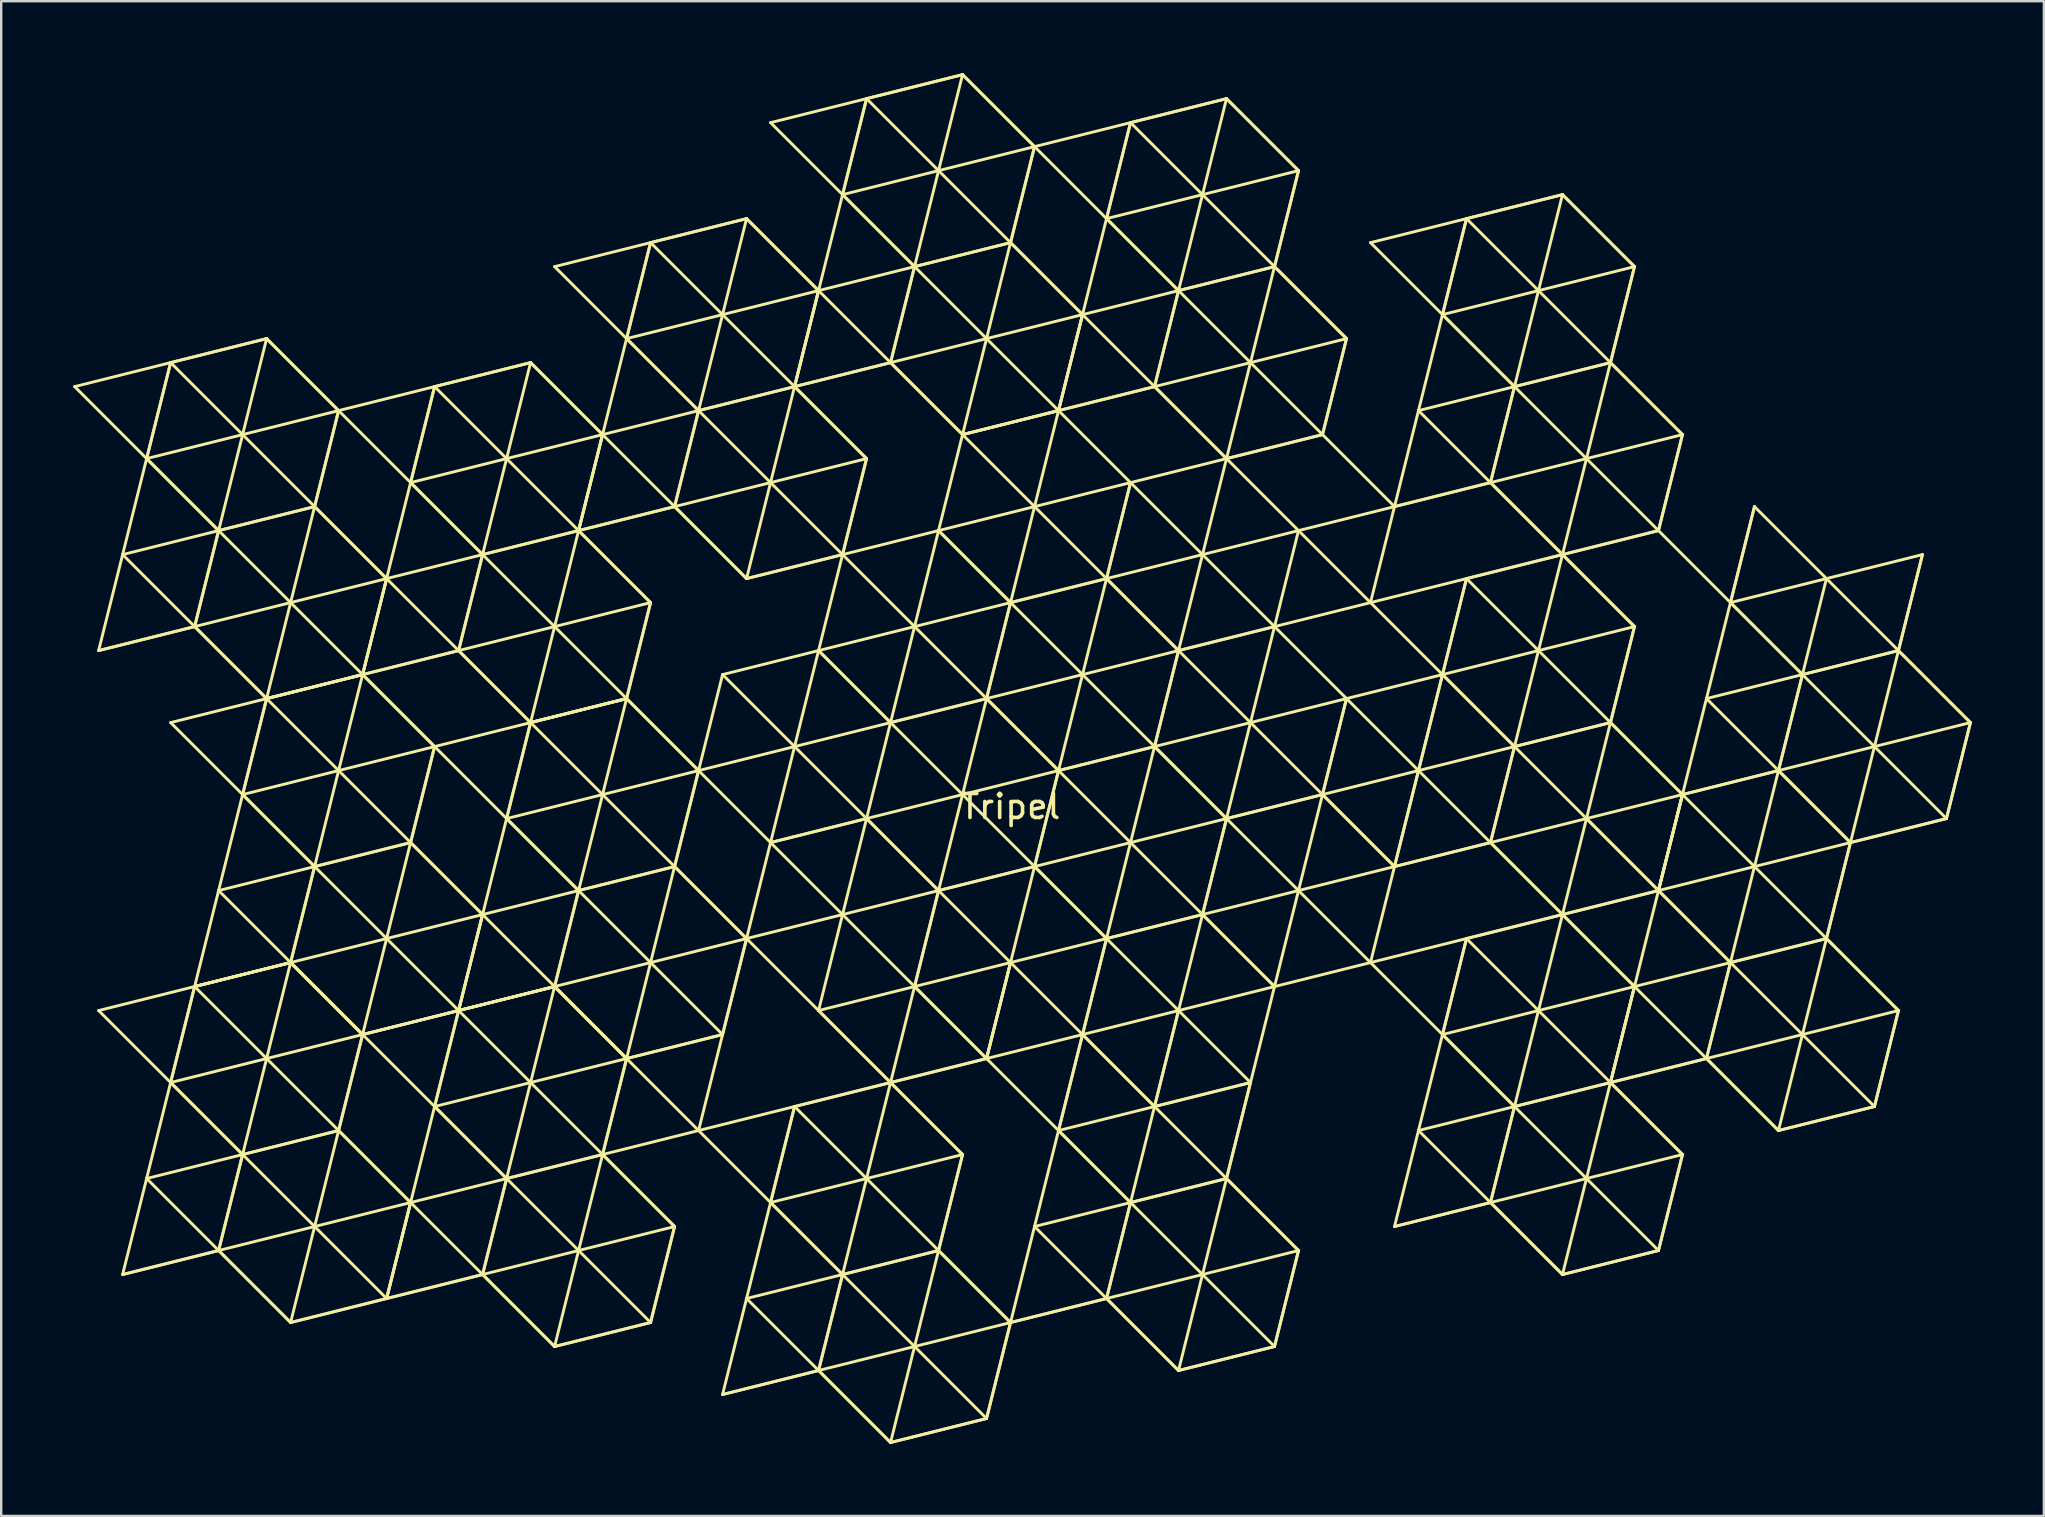
<source format=kicad_pcb>
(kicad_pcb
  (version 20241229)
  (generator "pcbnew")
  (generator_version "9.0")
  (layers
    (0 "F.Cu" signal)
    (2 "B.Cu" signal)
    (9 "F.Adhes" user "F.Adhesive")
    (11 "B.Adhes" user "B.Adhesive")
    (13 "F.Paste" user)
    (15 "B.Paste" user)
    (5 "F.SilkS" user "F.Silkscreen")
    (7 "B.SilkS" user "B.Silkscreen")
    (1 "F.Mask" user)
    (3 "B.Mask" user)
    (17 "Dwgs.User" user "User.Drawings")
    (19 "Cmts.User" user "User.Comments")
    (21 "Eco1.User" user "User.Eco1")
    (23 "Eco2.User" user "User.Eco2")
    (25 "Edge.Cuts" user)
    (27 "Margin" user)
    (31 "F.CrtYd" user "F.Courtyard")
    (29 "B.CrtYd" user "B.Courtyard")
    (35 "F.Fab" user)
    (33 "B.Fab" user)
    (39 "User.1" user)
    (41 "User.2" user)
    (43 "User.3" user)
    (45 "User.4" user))
  (footprint "Tripel"
    (layer "F.Cu")
    (at 30.06 28.06)
    (property "Reference" "Tripel" (at 9 2.5 0) (layer "F.SilkS") (effects (font (size 1 1) (thickness 0.15))))
    (attr through_hole)
    (fp_line (start -29 -4) (end -25 -5) (stroke (width 0.12) (type solid)) (layer "F.SilkS"))
    (fp_line (start -29 -4) (end -25 -5) (stroke (width 0.12) (type solid)) (layer "F.SilkS"))
    (fp_line (start -28 -8) (end -29 -4) (stroke (width 0.12) (type solid)) (layer "F.SilkS"))
    (fp_line (start -28 22) (end -24 21) (stroke (width 0.12) (type solid)) (layer "F.SilkS"))
    (fp_line (start -28 22) (end -24 21) (stroke (width 0.12) (type solid)) (layer "F.SilkS"))
    (fp_line (start -27 -12) (end -30 -15) (stroke (width 0.12) (type solid)) (layer "F.SilkS"))
    (fp_line (start -27 -12) (end -28 -8) (stroke (width 0.12) (type solid)) (layer "F.SilkS"))
    (fp_line (start -27 -12) (end -24 -9) (stroke (width 0.12) (type solid)) (layer "F.SilkS"))
    (fp_line (start -27 -12) (end -23 -13) (stroke (width 0.12) (type solid)) (layer "F.SilkS"))
    (fp_line (start -27 18) (end -28 22) (stroke (width 0.12) (type solid)) (layer "F.SilkS"))
    (fp_line (start -26 -16) (end -30 -15) (stroke (width 0.12) (type solid)) (layer "F.SilkS"))
    (fp_line (start -26 -16) (end -27 -12) (stroke (width 0.12) (type solid)) (layer "F.SilkS"))
    (fp_line (start -26 -16) (end -27 -12) (stroke (width 0.12) (type solid)) (layer "F.SilkS"))
    (fp_line (start -26 -16) (end -22 -17) (stroke (width 0.12) (type solid)) (layer "F.SilkS"))
    (fp_line (start -26 -16) (end -22 -17) (stroke (width 0.12) (type solid)) (layer "F.SilkS"))
    (fp_line (start -26 14) (end -29 11) (stroke (width 0.12) (type solid)) (layer "F.SilkS"))
    (fp_line (start -26 14) (end -27 18) (stroke (width 0.12) (type solid)) (layer "F.SilkS"))
    (fp_line (start -26 14) (end -23 17) (stroke (width 0.12) (type solid)) (layer "F.SilkS"))
    (fp_line (start -26 14) (end -22 13) (stroke (width 0.12) (type solid)) (layer "F.SilkS"))
    (fp_line (start -25 -5) (end -28 -8) (stroke (width 0.12) (type solid)) (layer "F.SilkS"))
    (fp_line (start -25 -5) (end -22 -2) (stroke (width 0.12) (type solid)) (layer "F.SilkS"))
    (fp_line (start -25 -5) (end -21 -6) (stroke (width 0.12) (type solid)) (layer "F.SilkS"))
    (fp_line (start -25 10) (end -29 11) (stroke (width 0.12) (type solid)) (layer "F.SilkS"))
    (fp_line (start -25 10) (end -26 14) (stroke (width 0.12) (type solid)) (layer "F.SilkS"))
    (fp_line (start -25 10) (end -26 14) (stroke (width 0.12) (type solid)) (layer "F.SilkS"))
    (fp_line (start -25 10) (end -21 9) (stroke (width 0.12) (type solid)) (layer "F.SilkS"))
    (fp_line (start -25 10) (end -21 9) (stroke (width 0.12) (type solid)) (layer "F.SilkS"))
    (fp_line (start -25 10) (end -21 9) (stroke (width 0.12) (type solid)) (layer "F.SilkS"))
    (fp_line (start -25 10) (end -21 9) (stroke (width 0.12) (type solid)) (layer "F.SilkS"))
    (fp_line (start -24 -9) (end -28 -8) (stroke (width 0.12) (type solid)) (layer "F.SilkS"))
    (fp_line (start -24 -9) (end -27 -12) (stroke (width 0.12) (type solid)) (layer "F.SilkS"))
    (fp_line (start -24 -9) (end -25 -5) (stroke (width 0.12) (type solid)) (layer "F.SilkS"))
    (fp_line (start -24 -9) (end -25 -5) (stroke (width 0.12) (type solid)) (layer "F.SilkS"))
    (fp_line (start -24 -9) (end -20 -10) (stroke (width 0.12) (type solid)) (layer "F.SilkS"))
    (fp_line (start -24 -9) (end -20 -10) (stroke (width 0.12) (type solid)) (layer "F.SilkS"))
    (fp_line (start -24 6) (end -25 10) (stroke (width 0.12) (type solid)) (layer "F.SilkS"))
    (fp_line (start -24 21) (end -27 18) (stroke (width 0.12) (type solid)) (layer "F.SilkS"))
    (fp_line (start -24 21) (end -21 24) (stroke (width 0.12) (type solid)) (layer "F.SilkS"))
    (fp_line (start -24 21) (end -20 20) (stroke (width 0.12) (type solid)) (layer "F.SilkS"))
    (fp_line (start -23 -13) (end -26 -16) (stroke (width 0.12) (type solid)) (layer "F.SilkS"))
    (fp_line (start -23 -13) (end -24 -9) (stroke (width 0.12) (type solid)) (layer "F.SilkS"))
    (fp_line (start -23 2) (end -26 -1) (stroke (width 0.12) (type solid)) (layer "F.SilkS"))
    (fp_line (start -23 2) (end -24 6) (stroke (width 0.12) (type solid)) (layer "F.SilkS"))
    (fp_line (start -23 2) (end -20 5) (stroke (width 0.12) (type solid)) (layer "F.SilkS"))
    (fp_line (start -23 2) (end -19 1) (stroke (width 0.12) (type solid)) (layer "F.SilkS"))
    (fp_line (start -23 17) (end -27 18) (stroke (width 0.12) (type solid)) (layer "F.SilkS"))
    (fp_line (start -23 17) (end -26 14) (stroke (width 0.12) (type solid)) (layer "F.SilkS"))
    (fp_line (start -23 17) (end -24 21) (stroke (width 0.12) (type solid)) (layer "F.SilkS"))
    (fp_line (start -23 17) (end -24 21) (stroke (width 0.12) (type solid)) (layer "F.SilkS"))
    (fp_line (start -23 17) (end -19 16) (stroke (width 0.12) (type solid)) (layer "F.SilkS"))
    (fp_line (start -23 17) (end -19 16) (stroke (width 0.12) (type solid)) (layer "F.SilkS"))
    (fp_line (start -22 -17) (end -23 -13) (stroke (width 0.12) (type solid)) (layer "F.SilkS"))
    (fp_line (start -22 -17) (end -19 -14) (stroke (width 0.12) (type solid)) (layer "F.SilkS"))
    (fp_line (start -22 -2) (end -26 -1) (stroke (width 0.12) (type solid)) (layer "F.SilkS"))
    (fp_line (start -22 -2) (end -25 -5) (stroke (width 0.12) (type solid)) (layer "F.SilkS"))
    (fp_line (start -22 -2) (end -23 2) (stroke (width 0.12) (type solid)) (layer "F.SilkS"))
    (fp_line (start -22 -2) (end -23 2) (stroke (width 0.12) (type solid)) (layer "F.SilkS"))
    (fp_line (start -22 -2) (end -18 -3) (stroke (width 0.12) (type solid)) (layer "F.SilkS"))
    (fp_line (start -22 -2) (end -18 -3) (stroke (width 0.12) (type solid)) (layer "F.SilkS"))
    (fp_line (start -22 -2) (end -18 -3) (stroke (width 0.12) (type solid)) (layer "F.SilkS"))
    (fp_line (start -22 -2) (end -18 -3) (stroke (width 0.12) (type solid)) (layer "F.SilkS"))
    (fp_line (start -22 13) (end -25 10) (stroke (width 0.12) (type solid)) (layer "F.SilkS"))
    (fp_line (start -22 13) (end -23 17) (stroke (width 0.12) (type solid)) (layer "F.SilkS"))
    (fp_line (start -21 -6) (end -24 -9) (stroke (width 0.12) (type solid)) (layer "F.SilkS"))
    (fp_line (start -21 -6) (end -22 -2) (stroke (width 0.12) (type solid)) (layer "F.SilkS"))
    (fp_line (start -21 9) (end -24 6) (stroke (width 0.12) (type solid)) (layer "F.SilkS"))
    (fp_line (start -21 9) (end -22 13) (stroke (width 0.12) (type solid)) (layer "F.SilkS"))
    (fp_line (start -21 9) (end -18 12) (stroke (width 0.12) (type solid)) (layer "F.SilkS"))
    (fp_line (start -21 9) (end -18 12) (stroke (width 0.12) (type solid)) (layer "F.SilkS"))
    (fp_line (start -21 9) (end -17 8) (stroke (width 0.12) (type solid)) (layer "F.SilkS"))
    (fp_line (start -21 24) (end -24 21) (stroke (width 0.12) (type solid)) (layer "F.SilkS"))
    (fp_line (start -21 24) (end -17 23) (stroke (width 0.12) (type solid)) (layer "F.SilkS"))
    (fp_line (start -21 24) (end -17 23) (stroke (width 0.12) (type solid)) (layer "F.SilkS"))
    (fp_line (start -20 -10) (end -23 -13) (stroke (width 0.12) (type solid)) (layer "F.SilkS"))
    (fp_line (start -20 -10) (end -21 -6) (stroke (width 0.12) (type solid)) (layer "F.SilkS"))
    (fp_line (start -20 -10) (end -17 -7) (stroke (width 0.12) (type solid)) (layer "F.SilkS"))
    (fp_line (start -20 5) (end -24 6) (stroke (width 0.12) (type solid)) (layer "F.SilkS"))
    (fp_line (start -20 5) (end -23 2) (stroke (width 0.12) (type solid)) (layer "F.SilkS"))
    (fp_line (start -20 5) (end -21 9) (stroke (width 0.12) (type solid)) (layer "F.SilkS"))
    (fp_line (start -20 5) (end -21 9) (stroke (width 0.12) (type solid)) (layer "F.SilkS"))
    (fp_line (start -20 5) (end -16 4) (stroke (width 0.12) (type solid)) (layer "F.SilkS"))
    (fp_line (start -20 5) (end -16 4) (stroke (width 0.12) (type solid)) (layer "F.SilkS"))
    (fp_line (start -20 20) (end -23 17) (stroke (width 0.12) (type solid)) (layer "F.SilkS"))
    (fp_line (start -20 20) (end -21 24) (stroke (width 0.12) (type solid)) (layer "F.SilkS"))
    (fp_line (start -19 -14) (end -23 -13) (stroke (width 0.12) (type solid)) (layer "F.SilkS"))
    (fp_line (start -19 -14) (end -22 -17) (stroke (width 0.12) (type solid)) (layer "F.SilkS"))
    (fp_line (start -19 -14) (end -20 -10) (stroke (width 0.12) (type solid)) (layer "F.SilkS"))
    (fp_line (start -19 -14) (end -20 -10) (stroke (width 0.12) (type solid)) (layer "F.SilkS"))
    (fp_line (start -19 1) (end -22 -2) (stroke (width 0.12) (type solid)) (layer "F.SilkS"))
    (fp_line (start -19 1) (end -20 5) (stroke (width 0.12) (type solid)) (layer "F.SilkS"))
    (fp_line (start -19 16) (end -22 13) (stroke (width 0.12) (type solid)) (layer "F.SilkS"))
    (fp_line (start -19 16) (end -20 20) (stroke (width 0.12) (type solid)) (layer "F.SilkS"))
    (fp_line (start -19 16) (end -16 19) (stroke (width 0.12) (type solid)) (layer "F.SilkS"))
    (fp_line (start -18 -3) (end -21 -6) (stroke (width 0.12) (type solid)) (layer "F.SilkS"))
    (fp_line (start -18 -3) (end -19 1) (stroke (width 0.12) (type solid)) (layer "F.SilkS"))
    (fp_line (start -18 -3) (end -15 0) (stroke (width 0.12) (type solid)) (layer "F.SilkS"))
    (fp_line (start -18 -3) (end -14 -4) (stroke (width 0.12) (type solid)) (layer "F.SilkS"))
    (fp_line (start -18 -3) (end -14 -4) (stroke (width 0.12) (type solid)) (layer "F.SilkS"))
    (fp_line (start -18 12) (end -22 13) (stroke (width 0.12) (type solid)) (layer "F.SilkS"))
    (fp_line (start -18 12) (end -21 9) (stroke (width 0.12) (type solid)) (layer "F.SilkS"))
    (fp_line (start -18 12) (end -21 9) (stroke (width 0.12) (type solid)) (layer "F.SilkS"))
    (fp_line (start -18 12) (end -19 16) (stroke (width 0.12) (type solid)) (layer "F.SilkS"))
    (fp_line (start -18 12) (end -19 16) (stroke (width 0.12) (type solid)) (layer "F.SilkS"))
    (fp_line (start -18 12) (end -14 11) (stroke (width 0.12) (type solid)) (layer "F.SilkS"))
    (fp_line (start -18 12) (end -14 11) (stroke (width 0.12) (type solid)) (layer "F.SilkS"))
    (fp_line (start -17 -7) (end -21 -6) (stroke (width 0.12) (type solid)) (layer "F.SilkS"))
    (fp_line (start -17 -7) (end -20 -10) (stroke (width 0.12) (type solid)) (layer "F.SilkS"))
    (fp_line (start -17 -7) (end -18 -3) (stroke (width 0.12) (type solid)) (layer "F.SilkS"))
    (fp_line (start -17 -7) (end -18 -3) (stroke (width 0.12) (type solid)) (layer "F.SilkS"))
    (fp_line (start -17 -7) (end -18 -3) (stroke (width 0.12) (type solid)) (layer "F.SilkS"))
    (fp_line (start -17 8) (end -20 5) (stroke (width 0.12) (type solid)) (layer "F.SilkS"))
    (fp_line (start -17 8) (end -18 12) (stroke (width 0.12) (type solid)) (layer "F.SilkS"))
    (fp_line (start -17 23) (end -20 20) (stroke (width 0.12) (type solid)) (layer "F.SilkS"))
    (fp_line (start -17 23) (end -13 22) (stroke (width 0.12) (type solid)) (layer "F.SilkS"))
    (fp_line (start -17 23) (end -13 22) (stroke (width 0.12) (type solid)) (layer "F.SilkS"))
    (fp_line (start -16 -11) (end -19 -14) (stroke (width 0.12) (type solid)) (layer "F.SilkS"))
    (fp_line (start -16 -11) (end -17 -7) (stroke (width 0.12) (type solid)) (layer "F.SilkS"))
    (fp_line (start -16 -11) (end -13 -8) (stroke (width 0.12) (type solid)) (layer "F.SilkS"))
    (fp_line (start -16 -11) (end -12 -12) (stroke (width 0.12) (type solid)) (layer "F.SilkS"))
    (fp_line (start -16 4) (end -19 1) (stroke (width 0.12) (type solid)) (layer "F.SilkS"))
    (fp_line (start -16 4) (end -17 8) (stroke (width 0.12) (type solid)) (layer "F.SilkS"))
    (fp_line (start -16 4) (end -13 7) (stroke (width 0.12) (type solid)) (layer "F.SilkS"))
    (fp_line (start -16 19) (end -20 20) (stroke (width 0.12) (type solid)) (layer "F.SilkS"))
    (fp_line (start -16 19) (end -19 16) (stroke (width 0.12) (type solid)) (layer "F.SilkS"))
    (fp_line (start -16 19) (end -17 23) (stroke (width 0.12) (type solid)) (layer "F.SilkS"))
    (fp_line (start -16 19) (end -17 23) (stroke (width 0.12) (type solid)) (layer "F.SilkS"))
    (fp_line (start -16 19) (end -17 23) (stroke (width 0.12) (type solid)) (layer "F.SilkS"))
    (fp_line (start -15 -15) (end -19 -14) (stroke (width 0.12) (type solid)) (layer "F.SilkS"))
    (fp_line (start -15 -15) (end -16 -11) (stroke (width 0.12) (type solid)) (layer "F.SilkS"))
    (fp_line (start -15 -15) (end -16 -11) (stroke (width 0.12) (type solid)) (layer "F.SilkS"))
    (fp_line (start -15 -15) (end -11 -16) (stroke (width 0.12) (type solid)) (layer "F.SilkS"))
    (fp_line (start -15 -15) (end -11 -16) (stroke (width 0.12) (type solid)) (layer "F.SilkS"))
    (fp_line (start -15 0) (end -19 1) (stroke (width 0.12) (type solid)) (layer "F.SilkS"))
    (fp_line (start -15 0) (end -18 -3) (stroke (width 0.12) (type solid)) (layer "F.SilkS"))
    (fp_line (start -15 0) (end -16 4) (stroke (width 0.12) (type solid)) (layer "F.SilkS"))
    (fp_line (start -15 0) (end -16 4) (stroke (width 0.12) (type solid)) (layer "F.SilkS"))
    (fp_line (start -15 15) (end -18 12) (stroke (width 0.12) (type solid)) (layer "F.SilkS"))
    (fp_line (start -15 15) (end -16 19) (stroke (width 0.12) (type solid)) (layer "F.SilkS"))
    (fp_line (start -15 15) (end -12 18) (stroke (width 0.12) (type solid)) (layer "F.SilkS"))
    (fp_line (start -15 15) (end -11 14) (stroke (width 0.12) (type solid)) (layer "F.SilkS"))
    (fp_line (start -14 -4) (end -17 -7) (stroke (width 0.12) (type solid)) (layer "F.SilkS"))
    (fp_line (start -14 -4) (end -11 -1) (stroke (width 0.12) (type solid)) (layer "F.SilkS"))
    (fp_line (start -14 -4) (end -10 -5) (stroke (width 0.12) (type solid)) (layer "F.SilkS"))
    (fp_line (start -14 11) (end -18 12) (stroke (width 0.12) (type solid)) (layer "F.SilkS"))
    (fp_line (start -14 11) (end -17 8) (stroke (width 0.12) (type solid)) (layer "F.SilkS"))
    (fp_line (start -14 11) (end -15 15) (stroke (width 0.12) (type solid)) (layer "F.SilkS"))
    (fp_line (start -14 11) (end -15 15) (stroke (width 0.12) (type solid)) (layer "F.SilkS"))
    (fp_line (start -14 11) (end -10 10) (stroke (width 0.12) (type solid)) (layer "F.SilkS"))
    (fp_line (start -14 11) (end -10 10) (stroke (width 0.12) (type solid)) (layer "F.SilkS"))
    (fp_line (start -14 11) (end -10 10) (stroke (width 0.12) (type solid)) (layer "F.SilkS"))
    (fp_line (start -14 11) (end -10 10) (stroke (width 0.12) (type solid)) (layer "F.SilkS"))
    (fp_line (start -13 -8) (end -17 -7) (stroke (width 0.12) (type solid)) (layer "F.SilkS"))
    (fp_line (start -13 -8) (end -16 -11) (stroke (width 0.12) (type solid)) (layer "F.SilkS"))
    (fp_line (start -13 -8) (end -14 -4) (stroke (width 0.12) (type solid)) (layer "F.SilkS"))
    (fp_line (start -13 -8) (end -14 -4) (stroke (width 0.12) (type solid)) (layer "F.SilkS"))
    (fp_line (start -13 -8) (end -9 -9) (stroke (width 0.12) (type solid)) (layer "F.SilkS"))
    (fp_line (start -13 -8) (end -9 -9) (stroke (width 0.12) (type solid)) (layer "F.SilkS"))
    (fp_line (start -13 7) (end -17 8) (stroke (width 0.12) (type solid)) (layer "F.SilkS"))
    (fp_line (start -13 7) (end -16 4) (stroke (width 0.12) (type solid)) (layer "F.SilkS"))
    (fp_line (start -13 7) (end -14 11) (stroke (width 0.12) (type solid)) (layer "F.SilkS"))
    (fp_line (start -13 7) (end -14 11) (stroke (width 0.12) (type solid)) (layer "F.SilkS"))
    (fp_line (start -13 7) (end -14 11) (stroke (width 0.12) (type solid)) (layer "F.SilkS"))
    (fp_line (start -13 22) (end -16 19) (stroke (width 0.12) (type solid)) (layer "F.SilkS"))
    (fp_line (start -13 22) (end -10 25) (stroke (width 0.12) (type solid)) (layer "F.SilkS"))
    (fp_line (start -13 22) (end -9 21) (stroke (width 0.12) (type solid)) (layer "F.SilkS"))
    (fp_line (start -12 -12) (end -15 -15) (stroke (width 0.12) (type solid)) (layer "F.SilkS"))
    (fp_line (start -12 -12) (end -13 -8) (stroke (width 0.12) (type solid)) (layer "F.SilkS"))
    (fp_line (start -12 3) (end -15 0) (stroke (width 0.12) (type solid)) (layer "F.SilkS"))
    (fp_line (start -12 3) (end -13 7) (stroke (width 0.12) (type solid)) (layer "F.SilkS"))
    (fp_line (start -12 3) (end -9 6) (stroke (width 0.12) (type solid)) (layer "F.SilkS"))
    (fp_line (start -12 3) (end -8 2) (stroke (width 0.12) (type solid)) (layer "F.SilkS"))
    (fp_line (start -12 18) (end -16 19) (stroke (width 0.12) (type solid)) (layer "F.SilkS"))
    (fp_line (start -12 18) (end -15 15) (stroke (width 0.12) (type solid)) (layer "F.SilkS"))
    (fp_line (start -12 18) (end -13 22) (stroke (width 0.12) (type solid)) (layer "F.SilkS"))
    (fp_line (start -12 18) (end -13 22) (stroke (width 0.12) (type solid)) (layer "F.SilkS"))
    (fp_line (start -12 18) (end -8 17) (stroke (width 0.12) (type solid)) (layer "F.SilkS"))
    (fp_line (start -12 18) (end -8 17) (stroke (width 0.12) (type solid)) (layer "F.SilkS"))
    (fp_line (start -11 -16) (end -12 -12) (stroke (width 0.12) (type solid)) (layer "F.SilkS"))
    (fp_line (start -11 -16) (end -8 -13) (stroke (width 0.12) (type solid)) (layer "F.SilkS"))
    (fp_line (start -11 -1) (end -15 0) (stroke (width 0.12) (type solid)) (layer "F.SilkS"))
    (fp_line (start -11 -1) (end -14 -4) (stroke (width 0.12) (type solid)) (layer "F.SilkS"))
    (fp_line (start -11 -1) (end -12 3) (stroke (width 0.12) (type solid)) (layer "F.SilkS"))
    (fp_line (start -11 -1) (end -12 3) (stroke (width 0.12) (type solid)) (layer "F.SilkS"))
    (fp_line (start -11 -1) (end -7 -2) (stroke (width 0.12) (type solid)) (layer "F.SilkS"))
    (fp_line (start -11 -1) (end -7 -2) (stroke (width 0.12) (type solid)) (layer "F.SilkS"))
    (fp_line (start -11 -1) (end -7 -2) (stroke (width 0.12) (type solid)) (layer "F.SilkS"))
    (fp_line (start -11 -1) (end -7 -2) (stroke (width 0.12) (type solid)) (layer "F.SilkS"))
    (fp_line (start -11 14) (end -14 11) (stroke (width 0.12) (type solid)) (layer "F.SilkS"))
    (fp_line (start -11 14) (end -12 18) (stroke (width 0.12) (type solid)) (layer "F.SilkS"))
    (fp_line (start -10 -5) (end -13 -8) (stroke (width 0.12) (type solid)) (layer "F.SilkS"))
    (fp_line (start -10 -5) (end -11 -1) (stroke (width 0.12) (type solid)) (layer "F.SilkS"))
    (fp_line (start -10 10) (end -13 7) (stroke (width 0.12) (type solid)) (layer "F.SilkS"))
    (fp_line (start -10 10) (end -11 14) (stroke (width 0.12) (type solid)) (layer "F.SilkS"))
    (fp_line (start -10 10) (end -7 13) (stroke (width 0.12) (type solid)) (layer "F.SilkS"))
    (fp_line (start -10 10) (end -7 13) (stroke (width 0.12) (type solid)) (layer "F.SilkS"))
    (fp_line (start -10 10) (end -6 9) (stroke (width 0.12) (type solid)) (layer "F.SilkS"))
    (fp_line (start -10 25) (end -13 22) (stroke (width 0.12) (type solid)) (layer "F.SilkS"))
    (fp_line (start -10 25) (end -6 24) (stroke (width 0.12) (type solid)) (layer "F.SilkS"))
    (fp_line (start -10 25) (end -6 24) (stroke (width 0.12) (type solid)) (layer "F.SilkS"))
    (fp_line (start -9 -9) (end -12 -12) (stroke (width 0.12) (type solid)) (layer "F.SilkS"))
    (fp_line (start -9 -9) (end -10 -5) (stroke (width 0.12) (type solid)) (layer "F.SilkS"))
    (fp_line (start -9 -9) (end -6 -6) (stroke (width 0.12) (type solid)) (layer "F.SilkS"))
    (fp_line (start -9 -9) (end -5 -10) (stroke (width 0.12) (type solid)) (layer "F.SilkS"))
    (fp_line (start -9 -9) (end -5 -10) (stroke (width 0.12) (type solid)) (layer "F.SilkS"))
    (fp_line (start -9 6) (end -13 7) (stroke (width 0.12) (type solid)) (layer "F.SilkS"))
    (fp_line (start -9 6) (end -12 3) (stroke (width 0.12) (type solid)) (layer "F.SilkS"))
    (fp_line (start -9 6) (end -10 10) (stroke (width 0.12) (type solid)) (layer "F.SilkS"))
    (fp_line (start -9 6) (end -10 10) (stroke (width 0.12) (type solid)) (layer "F.SilkS"))
    (fp_line (start -9 6) (end -5 5) (stroke (width 0.12) (type solid)) (layer "F.SilkS"))
    (fp_line (start -9 6) (end -5 5) (stroke (width 0.12) (type solid)) (layer "F.SilkS"))
    (fp_line (start -9 21) (end -12 18) (stroke (width 0.12) (type solid)) (layer "F.SilkS"))
    (fp_line (start -9 21) (end -10 25) (stroke (width 0.12) (type solid)) (layer "F.SilkS"))
    (fp_line (start -8 -13) (end -12 -12) (stroke (width 0.12) (type solid)) (layer "F.SilkS"))
    (fp_line (start -8 -13) (end -11 -16) (stroke (width 0.12) (type solid)) (layer "F.SilkS"))
    (fp_line (start -8 -13) (end -9 -9) (stroke (width 0.12) (type solid)) (layer "F.SilkS"))
    (fp_line (start -8 -13) (end -9 -9) (stroke (width 0.12) (type solid)) (layer "F.SilkS"))
    (fp_line (start -8 -13) (end -9 -9) (stroke (width 0.12) (type solid)) (layer "F.SilkS"))
    (fp_line (start -8 2) (end -11 -1) (stroke (width 0.12) (type solid)) (layer "F.SilkS"))
    (fp_line (start -8 2) (end -9 6) (stroke (width 0.12) (type solid)) (layer "F.SilkS"))
    (fp_line (start -8 17) (end -11 14) (stroke (width 0.12) (type solid)) (layer "F.SilkS"))
    (fp_line (start -8 17) (end -9 21) (stroke (width 0.12) (type solid)) (layer "F.SilkS"))
    (fp_line (start -8 17) (end -5 20) (stroke (width 0.12) (type solid)) (layer "F.SilkS"))
    (fp_line (start -8 17) (end -4 16) (stroke (width 0.12) (type solid)) (layer "F.SilkS"))
    (fp_line (start -7 -17) (end -10 -20) (stroke (width 0.12) (type solid)) (layer "F.SilkS"))
    (fp_line (start -7 -17) (end -8 -13) (stroke (width 0.12) (type solid)) (layer "F.SilkS"))
    (fp_line (start -7 -17) (end -4 -14) (stroke (width 0.12) (type solid)) (layer "F.SilkS"))
    (fp_line (start -7 -17) (end -3 -18) (stroke (width 0.12) (type solid)) (layer "F.SilkS"))
    (fp_line (start -7 -2) (end -10 -5) (stroke (width 0.12) (type solid)) (layer "F.SilkS"))
    (fp_line (start -7 -2) (end -8 2) (stroke (width 0.12) (type solid)) (layer "F.SilkS"))
    (fp_line (start -7 -2) (end -4 1) (stroke (width 0.12) (type solid)) (layer "F.SilkS"))
    (fp_line (start -7 13) (end -11 14) (stroke (width 0.12) (type solid)) (layer "F.SilkS"))
    (fp_line (start -7 13) (end -10 10) (stroke (width 0.12) (type solid)) (layer "F.SilkS"))
    (fp_line (start -7 13) (end -10 10) (stroke (width 0.12) (type solid)) (layer "F.SilkS"))
    (fp_line (start -7 13) (end -8 17) (stroke (width 0.12) (type solid)) (layer "F.SilkS"))
    (fp_line (start -7 13) (end -8 17) (stroke (width 0.12) (type solid)) (layer "F.SilkS"))
    (fp_line (start -7 13) (end -3 12) (stroke (width 0.12) (type solid)) (layer "F.SilkS"))
    (fp_line (start -7 13) (end -3 12) (stroke (width 0.12) (type solid)) (layer "F.SilkS"))
    (fp_line (start -6 -21) (end -10 -20) (stroke (width 0.12) (type solid)) (layer "F.SilkS"))
    (fp_line (start -6 -21) (end -7 -17) (stroke (width 0.12) (type solid)) (layer "F.SilkS"))
    (fp_line (start -6 -21) (end -7 -17) (stroke (width 0.12) (type solid)) (layer "F.SilkS"))
    (fp_line (start -6 -21) (end -2 -22) (stroke (width 0.12) (type solid)) (layer "F.SilkS"))
    (fp_line (start -6 -21) (end -2 -22) (stroke (width 0.12) (type solid)) (layer "F.SilkS"))
    (fp_line (start -6 -6) (end -10 -5) (stroke (width 0.12) (type solid)) (layer "F.SilkS"))
    (fp_line (start -6 -6) (end -9 -9) (stroke (width 0.12) (type solid)) (layer "F.SilkS"))
    (fp_line (start -6 -6) (end -7 -2) (stroke (width 0.12) (type solid)) (layer "F.SilkS"))
    (fp_line (start -6 -6) (end -7 -2) (stroke (width 0.12) (type solid)) (layer "F.SilkS"))
    (fp_line (start -6 9) (end -9 6) (stroke (width 0.12) (type solid)) (layer "F.SilkS"))
    (fp_line (start -6 9) (end -7 13) (stroke (width 0.12) (type solid)) (layer "F.SilkS"))
    (fp_line (start -6 24) (end -9 21) (stroke (width 0.12) (type solid)) (layer "F.SilkS"))
    (fp_line (start -5 -10) (end -8 -13) (stroke (width 0.12) (type solid)) (layer "F.SilkS"))
    (fp_line (start -5 -10) (end -2 -7) (stroke (width 0.12) (type solid)) (layer "F.SilkS"))
    (fp_line (start -5 -10) (end -1 -11) (stroke (width 0.12) (type solid)) (layer "F.SilkS"))
    (fp_line (start -5 5) (end -8 2) (stroke (width 0.12) (type solid)) (layer "F.SilkS"))
    (fp_line (start -5 5) (end -6 9) (stroke (width 0.12) (type solid)) (layer "F.SilkS"))
    (fp_line (start -5 5) (end -2 8) (stroke (width 0.12) (type solid)) (layer "F.SilkS"))
    (fp_line (start -5 20) (end -9 21) (stroke (width 0.12) (type solid)) (layer "F.SilkS"))
    (fp_line (start -5 20) (end -8 17) (stroke (width 0.12) (type solid)) (layer "F.SilkS"))
    (fp_line (start -5 20) (end -6 24) (stroke (width 0.12) (type solid)) (layer "F.SilkS"))
    (fp_line (start -5 20) (end -6 24) (stroke (width 0.12) (type solid)) (layer "F.SilkS"))
    (fp_line (start -4 -14) (end -8 -13) (stroke (width 0.12) (type solid)) (layer "F.SilkS"))
    (fp_line (start -4 -14) (end -7 -17) (stroke (width 0.12) (type solid)) (layer "F.SilkS"))
    (fp_line (start -4 -14) (end -5 -10) (stroke (width 0.12) (type solid)) (layer "F.SilkS"))
    (fp_line (start -4 -14) (end -5 -10) (stroke (width 0.12) (type solid)) (layer "F.SilkS"))
    (fp_line (start -4 -14) (end 0 -15) (stroke (width 0.12) (type solid)) (layer "F.SilkS"))
    (fp_line (start -4 -14) (end 0 -15) (stroke (width 0.12) (type solid)) (layer "F.SilkS"))
    (fp_line (start -4 1) (end -8 2) (stroke (width 0.12) (type solid)) (layer "F.SilkS"))
    (fp_line (start -4 1) (end -7 -2) (stroke (width 0.12) (type solid)) (layer "F.SilkS"))
    (fp_line (start -4 1) (end -5 5) (stroke (width 0.12) (type solid)) (layer "F.SilkS"))
    (fp_line (start -4 1) (end -5 5) (stroke (width 0.12) (type solid)) (layer "F.SilkS"))
    (fp_line (start -4 1) (end 0 0) (stroke (width 0.12) (type solid)) (layer "F.SilkS"))
    (fp_line (start -4 16) (end -7 13) (stroke (width 0.12) (type solid)) (layer "F.SilkS"))
    (fp_line (start -3 -18) (end -6 -21) (stroke (width 0.12) (type solid)) (layer "F.SilkS"))
    (fp_line (start -3 -18) (end -4 -14) (stroke (width 0.12) (type solid)) (layer "F.SilkS"))
    (fp_line (start -3 -3) (end -4 1) (stroke (width 0.12) (type solid)) (layer "F.SilkS"))
    (fp_line (start -3 -3) (end 1 -4) (stroke (width 0.12) (type solid)) (layer "F.SilkS"))
    (fp_line (start -3 12) (end -6 9) (stroke (width 0.12) (type solid)) (layer "F.SilkS"))
    (fp_line (start -3 12) (end -4 16) (stroke (width 0.12) (type solid)) (layer "F.SilkS"))
    (fp_line (start -3 27) (end 1 26) (stroke (width 0.12) (type solid)) (layer "F.SilkS"))
    (fp_line (start -3 27) (end 1 26) (stroke (width 0.12) (type solid)) (layer "F.SilkS"))
    (fp_line (start -2 -22) (end -3 -18) (stroke (width 0.12) (type solid)) (layer "F.SilkS"))
    (fp_line (start -2 -22) (end 1 -19) (stroke (width 0.12) (type solid)) (layer "F.SilkS"))
    (fp_line (start -2 -7) (end -5 -10) (stroke (width 0.12) (type solid)) (layer "F.SilkS"))
    (fp_line (start -2 -7) (end 2 -8) (stroke (width 0.12) (type solid)) (layer "F.SilkS"))
    (fp_line (start -2 -7) (end 2 -8) (stroke (width 0.12) (type solid)) (layer "F.SilkS"))
    (fp_line (start -2 8) (end -6 9) (stroke (width 0.12) (type solid)) (layer "F.SilkS"))
    (fp_line (start -2 8) (end -5 5) (stroke (width 0.12) (type solid)) (layer "F.SilkS"))
    (fp_line (start -2 8) (end -3 12) (stroke (width 0.12) (type solid)) (layer "F.SilkS"))
    (fp_line (start -2 8) (end -3 12) (stroke (width 0.12) (type solid)) (layer "F.SilkS"))
    (fp_line (start -2 8) (end 2 7) (stroke (width 0.12) (type solid)) (layer "F.SilkS"))
    (fp_line (start -2 23) (end -3 27) (stroke (width 0.12) (type solid)) (layer "F.SilkS"))
    (fp_line (start -1 -11) (end -4 -14) (stroke (width 0.12) (type solid)) (layer "F.SilkS"))
    (fp_line (start -1 -11) (end -2 -7) (stroke (width 0.12) (type solid)) (layer "F.SilkS"))
    (fp_line (start -1 4) (end -4 1) (stroke (width 0.12) (type solid)) (layer "F.SilkS"))
    (fp_line (start -1 4) (end -2 8) (stroke (width 0.12) (type solid)) (layer "F.SilkS"))
    (fp_line (start -1 4) (end 3 3) (stroke (width 0.12) (type solid)) (layer "F.SilkS"))
    (fp_line (start -1 4) (end 3 3) (stroke (width 0.12) (type solid)) (layer "F.SilkS"))
    (fp_line (start -1 19) (end -4 16) (stroke (width 0.12) (type solid)) (layer "F.SilkS"))
    (fp_line (start -1 19) (end -2 23) (stroke (width 0.12) (type solid)) (layer "F.SilkS"))
    (fp_line (start -1 19) (end 2 22) (stroke (width 0.12) (type solid)) (layer "F.SilkS"))
    (fp_line (start -1 19) (end 3 18) (stroke (width 0.12) (type solid)) (layer "F.SilkS"))
    (fp_line (start 0 -15) (end -3 -18) (stroke (width 0.12) (type solid)) (layer "F.SilkS"))
    (fp_line (start 0 -15) (end -1 -11) (stroke (width 0.12) (type solid)) (layer "F.SilkS"))
    (fp_line (start 0 -15) (end 3 -12) (stroke (width 0.12) (type solid)) (layer "F.SilkS"))
    (fp_line (start 0 -15) (end 4 -16) (stroke (width 0.12) (type solid)) (layer "F.SilkS"))
    (fp_line (start 0 -15) (end 4 -16) (stroke (width 0.12) (type solid)) (layer "F.SilkS"))
    (fp_line (start 0 0) (end -3 -3) (stroke (width 0.12) (type solid)) (layer "F.SilkS"))
    (fp_line (start 0 0) (end -1 4) (stroke (width 0.12) (type solid)) (layer "F.SilkS"))
    (fp_line (start 0 15) (end -4 16) (stroke (width 0.12) (type solid)) (layer "F.SilkS"))
    (fp_line (start 0 15) (end -1 19) (stroke (width 0.12) (type solid)) (layer "F.SilkS"))
    (fp_line (start 0 15) (end -1 19) (stroke (width 0.12) (type solid)) (layer "F.SilkS"))
    (fp_line (start 0 15) (end 4 14) (stroke (width 0.12) (type solid)) (layer "F.SilkS"))
    (fp_line (start 0 15) (end 4 14) (stroke (width 0.12) (type solid)) (layer "F.SilkS"))
    (fp_line (start 1 -19) (end -3 -18) (stroke (width 0.12) (type solid)) (layer "F.SilkS"))
    (fp_line (start 1 -19) (end -2 -22) (stroke (width 0.12) (type solid)) (layer "F.SilkS"))
    (fp_line (start 1 -19) (end 0 -15) (stroke (width 0.12) (type solid)) (layer "F.SilkS"))
    (fp_line (start 1 -19) (end 0 -15) (stroke (width 0.12) (type solid)) (layer "F.SilkS"))
    (fp_line (start 1 -19) (end 0 -15) (stroke (width 0.12) (type solid)) (layer "F.SilkS"))
    (fp_line (start 1 -4) (end 0 0) (stroke (width 0.12) (type solid)) (layer "F.SilkS"))
    (fp_line (start 1 -4) (end 4 -1) (stroke (width 0.12) (type solid)) (layer "F.SilkS"))
    (fp_line (start 1 -4) (end 5 -5) (stroke (width 0.12) (type solid)) (layer "F.SilkS"))
    (fp_line (start 1 11) (end -2 8) (stroke (width 0.12) (type solid)) (layer "F.SilkS"))
    (fp_line (start 1 11) (end 4 14) (stroke (width 0.12) (type solid)) (layer "F.SilkS"))
    (fp_line (start 1 11) (end 5 10) (stroke (width 0.12) (type solid)) (layer "F.SilkS"))
    (fp_line (start 1 26) (end -2 23) (stroke (width 0.12) (type solid)) (layer "F.SilkS"))
    (fp_line (start 1 26) (end 4 29) (stroke (width 0.12) (type solid)) (layer "F.SilkS"))
    (fp_line (start 1 26) (end 5 25) (stroke (width 0.12) (type solid)) (layer "F.SilkS"))
    (fp_line (start 2 -23) (end -1 -26) (stroke (width 0.12) (type solid)) (layer "F.SilkS"))
    (fp_line (start 2 -23) (end 1 -19) (stroke (width 0.12) (type solid)) (layer "F.SilkS"))
    (fp_line (start 2 -23) (end 5 -20) (stroke (width 0.12) (type solid)) (layer "F.SilkS"))
    (fp_line (start 2 -23) (end 6 -24) (stroke (width 0.12) (type solid)) (layer "F.SilkS"))
    (fp_line (start 2 -8) (end -1 -11) (stroke (width 0.12) (type solid)) (layer "F.SilkS"))
    (fp_line (start 2 -8) (end 1 -4) (stroke (width 0.12) (type solid)) (layer "F.SilkS"))
    (fp_line (start 2 -8) (end 6 -9) (stroke (width 0.12) (type solid)) (layer "F.SilkS"))
    (fp_line (start 2 7) (end -1 4) (stroke (width 0.12) (type solid)) (layer "F.SilkS"))
    (fp_line (start 2 7) (end 1 11) (stroke (width 0.12) (type solid)) (layer "F.SilkS"))
    (fp_line (start 2 22) (end -2 23) (stroke (width 0.12) (type solid)) (layer "F.SilkS"))
    (fp_line (start 2 22) (end -1 19) (stroke (width 0.12) (type solid)) (layer "F.SilkS"))
    (fp_line (start 2 22) (end 1 26) (stroke (width 0.12) (type solid)) (layer "F.SilkS"))
    (fp_line (start 2 22) (end 1 26) (stroke (width 0.12) (type solid)) (layer "F.SilkS"))
    (fp_line (start 2 22) (end 6 21) (stroke (width 0.12) (type solid)) (layer "F.SilkS"))
    (fp_line (start 2 22) (end 6 21) (stroke (width 0.12) (type solid)) (layer "F.SilkS"))
    (fp_line (start 3 -27) (end -1 -26) (stroke (width 0.12) (type solid)) (layer "F.SilkS"))
    (fp_line (start 3 -27) (end 2 -23) (stroke (width 0.12) (type solid)) (layer "F.SilkS"))
    (fp_line (start 3 -27) (end 2 -23) (stroke (width 0.12) (type solid)) (layer "F.SilkS"))
    (fp_line (start 3 -27) (end 7 -28) (stroke (width 0.12) (type solid)) (layer "F.SilkS"))
    (fp_line (start 3 -27) (end 7 -28) (stroke (width 0.12) (type solid)) (layer "F.SilkS"))
    (fp_line (start 3 -12) (end -1 -11) (stroke (width 0.12) (type solid)) (layer "F.SilkS"))
    (fp_line (start 3 -12) (end 0 -15) (stroke (width 0.12) (type solid)) (layer "F.SilkS"))
    (fp_line (start 3 -12) (end 2 -8) (stroke (width 0.12) (type solid)) (layer "F.SilkS"))
    (fp_line (start 3 -12) (end 2 -8) (stroke (width 0.12) (type solid)) (layer "F.SilkS"))
    (fp_line (start 3 3) (end 0 0) (stroke (width 0.12) (type solid)) (layer "F.SilkS"))
    (fp_line (start 3 3) (end 2 7) (stroke (width 0.12) (type solid)) (layer "F.SilkS"))
    (fp_line (start 3 3) (end 6 6) (stroke (width 0.12) (type solid)) (layer "F.SilkS"))
    (fp_line (start 3 3) (end 7 2) (stroke (width 0.12) (type solid)) (layer "F.SilkS"))
    (fp_line (start 3 18) (end 0 15) (stroke (width 0.12) (type solid)) (layer "F.SilkS"))
    (fp_line (start 3 18) (end 2 22) (stroke (width 0.12) (type solid)) (layer "F.SilkS"))
    (fp_line (start 4 -16) (end 1 -19) (stroke (width 0.12) (type solid)) (layer "F.SilkS"))
    (fp_line (start 4 -16) (end 7 -13) (stroke (width 0.12) (type solid)) (layer "F.SilkS"))
    (fp_line (start 4 -16) (end 8 -17) (stroke (width 0.12) (type solid)) (layer "F.SilkS"))
    (fp_line (start 4 -1) (end 0 0) (stroke (width 0.12) (type solid)) (layer "F.SilkS"))
    (fp_line (start 4 -1) (end 1 -4) (stroke (width 0.12) (type solid)) (layer "F.SilkS"))
    (fp_line (start 4 -1) (end 3 3) (stroke (width 0.12) (type solid)) (layer "F.SilkS"))
    (fp_line (start 4 -1) (end 8 -2) (stroke (width 0.12) (type solid)) (layer "F.SilkS"))
    (fp_line (start 4 -1) (end 8 -2) (stroke (width 0.12) (type solid)) (layer "F.SilkS"))
    (fp_line (start 4 14) (end 1 11) (stroke (width 0.12) (type solid)) (layer "F.SilkS"))
    (fp_line (start 4 14) (end 3 18) (stroke (width 0.12) (type solid)) (layer "F.SilkS"))
    (fp_line (start 4 14) (end 7 17) (stroke (width 0.12) (type solid)) (layer "F.SilkS"))
    (fp_line (start 4 14) (end 8 13) (stroke (width 0.12) (type solid)) (layer "F.SilkS"))
    (fp_line (start 4 14) (end 8 13) (stroke (width 0.12) (type solid)) (layer "F.SilkS"))
    (fp_line (start 4 29) (end 1 26) (stroke (width 0.12) (type solid)) (layer "F.SilkS"))
    (fp_line (start 4 29) (end 8 28) (stroke (width 0.12) (type solid)) (layer "F.SilkS"))
    (fp_line (start 4 29) (end 8 28) (stroke (width 0.12) (type solid)) (layer "F.SilkS"))
    (fp_line (start 5 -20) (end 1 -19) (stroke (width 0.12) (type solid)) (layer "F.SilkS"))
    (fp_line (start 5 -20) (end 2 -23) (stroke (width 0.12) (type solid)) (layer "F.SilkS"))
    (fp_line (start 5 -20) (end 4 -16) (stroke (width 0.12) (type solid)) (layer "F.SilkS"))
    (fp_line (start 5 -20) (end 4 -16) (stroke (width 0.12) (type solid)) (layer "F.SilkS"))
    (fp_line (start 5 -20) (end 9 -21) (stroke (width 0.12) (type solid)) (layer "F.SilkS"))
    (fp_line (start 5 -20) (end 9 -21) (stroke (width 0.12) (type solid)) (layer "F.SilkS"))
    (fp_line (start 5 -5) (end 2 -8) (stroke (width 0.12) (type solid)) (layer "F.SilkS"))
    (fp_line (start 5 -5) (end 4 -1) (stroke (width 0.12) (type solid)) (layer "F.SilkS"))
    (fp_line (start 5 10) (end 2 7) (stroke (width 0.12) (type solid)) (layer "F.SilkS"))
    (fp_line (start 5 10) (end 4 14) (stroke (width 0.12) (type solid)) (layer "F.SilkS"))
    (fp_line (start 5 10) (end 9 9) (stroke (width 0.12) (type solid)) (layer "F.SilkS"))
    (fp_line (start 5 25) (end 2 22) (stroke (width 0.12) (type solid)) (layer "F.SilkS"))
    (fp_line (start 5 25) (end 4 29) (stroke (width 0.12) (type solid)) (layer "F.SilkS"))
    (fp_line (start 6 -24) (end 3 -27) (stroke (width 0.12) (type solid)) (layer "F.SilkS"))
    (fp_line (start 6 -24) (end 5 -20) (stroke (width 0.12) (type solid)) (layer "F.SilkS"))
    (fp_line (start 6 -9) (end 5 -5) (stroke (width 0.12) (type solid)) (layer "F.SilkS"))
    (fp_line (start 6 -9) (end 9 -6) (stroke (width 0.12) (type solid)) (layer "F.SilkS"))
    (fp_line (start 6 -9) (end 10 -10) (stroke (width 0.12) (type solid)) (layer "F.SilkS"))
    (fp_line (start 6 6) (end 2 7) (stroke (width 0.12) (type solid)) (layer "F.SilkS"))
    (fp_line (start 6 6) (end 3 3) (stroke (width 0.12) (type solid)) (layer "F.SilkS"))
    (fp_line (start 6 6) (end 5 10) (stroke (width 0.12) (type solid)) (layer "F.SilkS"))
    (fp_line (start 6 6) (end 5 10) (stroke (width 0.12) (type solid)) (layer "F.SilkS"))
    (fp_line (start 6 6) (end 10 5) (stroke (width 0.12) (type solid)) (layer "F.SilkS"))
    (fp_line (start 6 6) (end 10 5) (stroke (width 0.12) (type solid)) (layer "F.SilkS"))
    (fp_line (start 6 21) (end 3 18) (stroke (width 0.12) (type solid)) (layer "F.SilkS"))
    (fp_line (start 6 21) (end 5 25) (stroke (width 0.12) (type solid)) (layer "F.SilkS"))
    (fp_line (start 6 21) (end 9 24) (stroke (width 0.12) (type solid)) (layer "F.SilkS"))
    (fp_line (start 7 -28) (end 6 -24) (stroke (width 0.12) (type solid)) (layer "F.SilkS"))
    (fp_line (start 7 -28) (end 10 -25) (stroke (width 0.12) (type solid)) (layer "F.SilkS"))
    (fp_line (start 7 -13) (end 4 -16) (stroke (width 0.12) (type solid)) (layer "F.SilkS"))
    (fp_line (start 7 -13) (end 6 -9) (stroke (width 0.12) (type solid)) (layer "F.SilkS"))
    (fp_line (start 7 -13) (end 11 -14) (stroke (width 0.12) (type solid)) (layer "F.SilkS"))
    (fp_line (start 7 -13) (end 11 -14) (stroke (width 0.12) (type solid)) (layer "F.SilkS"))
    (fp_line (start 7 -13) (end 11 -14) (stroke (width 0.12) (type solid)) (layer "F.SilkS"))
    (fp_line (start 7 2) (end 4 -1) (stroke (width 0.12) (type solid)) (layer "F.SilkS"))
    (fp_line (start 7 2) (end 6 6) (stroke (width 0.12) (type solid)) (layer "F.SilkS"))
    (fp_line (start 7 17) (end 3 18) (stroke (width 0.12) (type solid)) (layer "F.SilkS"))
    (fp_line (start 7 17) (end 4 14) (stroke (width 0.12) (type solid)) (layer "F.SilkS"))
    (fp_line (start 7 17) (end 6 21) (stroke (width 0.12) (type solid)) (layer "F.SilkS"))
    (fp_line (start 7 17) (end 6 21) (stroke (width 0.12) (type solid)) (layer "F.SilkS"))
    (fp_line (start 8 -17) (end 5 -20) (stroke (width 0.12) (type solid)) (layer "F.SilkS"))
    (fp_line (start 8 -17) (end 7 -13) (stroke (width 0.12) (type solid)) (layer "F.SilkS"))
    (fp_line (start 8 -2) (end 5 -5) (stroke (width 0.12) (type solid)) (layer "F.SilkS"))
    (fp_line (start 8 -2) (end 7 2) (stroke (width 0.12) (type solid)) (layer "F.SilkS"))
    (fp_line (start 8 -2) (end 11 1) (stroke (width 0.12) (type solid)) (layer "F.SilkS"))
    (fp_line (start 8 -2) (end 12 -3) (stroke (width 0.12) (type solid)) (layer "F.SilkS"))
    (fp_line (start 8 13) (end 5 10) (stroke (width 0.12) (type solid)) (layer "F.SilkS"))
    (fp_line (start 8 13) (end 5 10) (stroke (width 0.12) (type solid)) (layer "F.SilkS"))
    (fp_line (start 8 13) (end 12 12) (stroke (width 0.12) (type solid)) (layer "F.SilkS"))
    (fp_line (start 8 28) (end 5 25) (stroke (width 0.12) (type solid)) (layer "F.SilkS"))
    (fp_line (start 9 -21) (end 6 -24) (stroke (width 0.12) (type solid)) (layer "F.SilkS"))
    (fp_line (start 9 -21) (end 8 -17) (stroke (width 0.12) (type solid)) (layer "F.SilkS"))
    (fp_line (start 9 -21) (end 12 -18) (stroke (width 0.12) (type solid)) (layer "F.SilkS"))
    (fp_line (start 9 -6) (end 5 -5) (stroke (width 0.12) (type solid)) (layer "F.SilkS"))
    (fp_line (start 9 -6) (end 6 -9) (stroke (width 0.12) (type solid)) (layer "F.SilkS"))
    (fp_line (start 9 -6) (end 8 -2) (stroke (width 0.12) (type solid)) (layer "F.SilkS"))
    (fp_line (start 9 -6) (end 8 -2) (stroke (width 0.12) (type solid)) (layer "F.SilkS"))
    (fp_line (start 9 -6) (end 13 -7) (stroke (width 0.12) (type solid)) (layer "F.SilkS"))
    (fp_line (start 9 -6) (end 13 -7) (stroke (width 0.12) (type solid)) (layer "F.SilkS"))
    (fp_line (start 9 9) (end 6 6) (stroke (width 0.12) (type solid)) (layer "F.SilkS"))
    (fp_line (start 9 9) (end 8 13) (stroke (width 0.12) (type solid)) (layer "F.SilkS"))
    (fp_line (start 9 9) (end 8 13) (stroke (width 0.12) (type solid)) (layer "F.SilkS"))
    (fp_line (start 9 9) (end 8 13) (stroke (width 0.12) (type solid)) (layer "F.SilkS"))
    (fp_line (start 9 24) (end 5 25) (stroke (width 0.12) (type solid)) (layer "F.SilkS"))
    (fp_line (start 9 24) (end 6 21) (stroke (width 0.12) (type solid)) (layer "F.SilkS"))
    (fp_line (start 9 24) (end 8 28) (stroke (width 0.12) (type solid)) (layer "F.SilkS"))
    (fp_line (start 9 24) (end 8 28) (stroke (width 0.12) (type solid)) (layer "F.SilkS"))
    (fp_line (start 9 24) (end 13 23) (stroke (width 0.12) (type solid)) (layer "F.SilkS"))
    (fp_line (start 9 24) (end 13 23) (stroke (width 0.12) (type solid)) (layer "F.SilkS"))
    (fp_line (start 10 -25) (end 6 -24) (stroke (width 0.12) (type solid)) (layer "F.SilkS"))
    (fp_line (start 10 -25) (end 7 -28) (stroke (width 0.12) (type solid)) (layer "F.SilkS"))
    (fp_line (start 10 -25) (end 9 -21) (stroke (width 0.12) (type solid)) (layer "F.SilkS"))
    (fp_line (start 10 -25) (end 9 -21) (stroke (width 0.12) (type solid)) (layer "F.SilkS"))
    (fp_line (start 10 -10) (end 7 -13) (stroke (width 0.12) (type solid)) (layer "F.SilkS"))
    (fp_line (start 10 -10) (end 9 -6) (stroke (width 0.12) (type solid)) (layer "F.SilkS"))
    (fp_line (start 10 5) (end 7 2) (stroke (width 0.12) (type solid)) (layer "F.SilkS"))
    (fp_line (start 10 5) (end 9 9) (stroke (width 0.12) (type solid)) (layer "F.SilkS"))
    (fp_line (start 10 5) (end 13 8) (stroke (width 0.12) (type solid)) (layer "F.SilkS"))
    (fp_line (start 10 5) (end 14 4) (stroke (width 0.12) (type solid)) (layer "F.SilkS"))
    (fp_line (start 10 20) (end 9 24) (stroke (width 0.12) (type solid)) (layer "F.SilkS"))
    (fp_line (start 11 -14) (end 8 -17) (stroke (width 0.12) (type solid)) (layer "F.SilkS"))
    (fp_line (start 11 -14) (end 10 -10) (stroke (width 0.12) (type solid)) (layer "F.SilkS"))
    (fp_line (start 11 -14) (end 14 -11) (stroke (width 0.12) (type solid)) (layer "F.SilkS"))
    (fp_line (start 11 -14) (end 15 -15) (stroke (width 0.12) (type solid)) (layer "F.SilkS"))
    (fp_line (start 11 -14) (end 15 -15) (stroke (width 0.12) (type solid)) (layer "F.SilkS"))
    (fp_line (start 11 1) (end 7 2) (stroke (width 0.12) (type solid)) (layer "F.SilkS"))
    (fp_line (start 11 1) (end 8 -2) (stroke (width 0.12) (type solid)) (layer "F.SilkS"))
    (fp_line (start 11 1) (end 10 5) (stroke (width 0.12) (type solid)) (layer "F.SilkS"))
    (fp_line (start 11 1) (end 10 5) (stroke (width 0.12) (type solid)) (layer "F.SilkS"))
    (fp_line (start 11 1) (end 15 0) (stroke (width 0.12) (type solid)) (layer "F.SilkS"))
    (fp_line (start 11 1) (end 15 0) (stroke (width 0.12) (type solid)) (layer "F.SilkS"))
    (fp_line (start 11 16) (end 8 13) (stroke (width 0.12) (type solid)) (layer "F.SilkS"))
    (fp_line (start 11 16) (end 10 20) (stroke (width 0.12) (type solid)) (layer "F.SilkS"))
    (fp_line (start 11 16) (end 14 19) (stroke (width 0.12) (type solid)) (layer "F.SilkS"))
    (fp_line (start 11 16) (end 15 15) (stroke (width 0.12) (type solid)) (layer "F.SilkS"))
    (fp_line (start 12 -18) (end 8 -17) (stroke (width 0.12) (type solid)) (layer "F.SilkS"))
    (fp_line (start 12 -18) (end 9 -21) (stroke (width 0.12) (type solid)) (layer "F.SilkS"))
    (fp_line (start 12 -18) (end 11 -14) (stroke (width 0.12) (type solid)) (layer "F.SilkS"))
    (fp_line (start 12 -18) (end 11 -14) (stroke (width 0.12) (type solid)) (layer "F.SilkS"))
    (fp_line (start 12 -18) (end 11 -14) (stroke (width 0.12) (type solid)) (layer "F.SilkS"))
    (fp_line (start 12 -3) (end 9 -6) (stroke (width 0.12) (type solid)) (layer "F.SilkS"))
    (fp_line (start 12 -3) (end 11 1) (stroke (width 0.12) (type solid)) (layer "F.SilkS"))
    (fp_line (start 12 12) (end 9 9) (stroke (width 0.12) (type solid)) (layer "F.SilkS"))
    (fp_line (start 12 12) (end 11 16) (stroke (width 0.12) (type solid)) (layer "F.SilkS"))
    (fp_line (start 12 12) (end 11 16) (stroke (width 0.12) (type solid)) (layer "F.SilkS"))
    (fp_line (start 12 12) (end 16 11) (stroke (width 0.12) (type solid)) (layer "F.SilkS"))
    (fp_line (start 13 -22) (end 10 -25) (stroke (width 0.12) (type solid)) (layer "F.SilkS"))
    (fp_line (start 13 -22) (end 12 -18) (stroke (width 0.12) (type solid)) (layer "F.SilkS"))
    (fp_line (start 13 -22) (end 16 -19) (stroke (width 0.12) (type solid)) (layer "F.SilkS"))
    (fp_line (start 13 -22) (end 17 -23) (stroke (width 0.12) (type solid)) (layer "F.SilkS"))
    (fp_line (start 13 -7) (end 10 -10) (stroke (width 0.12) (type solid)) (layer "F.SilkS"))
    (fp_line (start 13 -7) (end 12 -3) (stroke (width 0.12) (type solid)) (layer "F.SilkS"))
    (fp_line (start 13 -7) (end 16 -4) (stroke (width 0.12) (type solid)) (layer "F.SilkS"))
    (fp_line (start 13 -7) (end 17 -8) (stroke (width 0.12) (type solid)) (layer "F.SilkS"))
    (fp_line (start 13 8) (end 9 9) (stroke (width 0.12) (type solid)) (layer "F.SilkS"))
    (fp_line (start 13 8) (end 10 5) (stroke (width 0.12) (type solid)) (layer "F.SilkS"))
    (fp_line (start 13 8) (end 12 12) (stroke (width 0.12) (type solid)) (layer "F.SilkS"))
    (fp_line (start 13 8) (end 12 12) (stroke (width 0.12) (type solid)) (layer "F.SilkS"))
    (fp_line (start 13 8) (end 17 7) (stroke (width 0.12) (type solid)) (layer "F.SilkS"))
    (fp_line (start 13 8) (end 17 7) (stroke (width 0.12) (type solid)) (layer "F.SilkS"))
    (fp_line (start 13 23) (end 10 20) (stroke (width 0.12) (type solid)) (layer "F.SilkS"))
    (fp_line (start 13 23) (end 16 26) (stroke (width 0.12) (type solid)) (layer "F.SilkS"))
    (fp_line (start 13 23) (end 17 22) (stroke (width 0.12) (type solid)) (layer "F.SilkS"))
    (fp_line (start 14 -26) (end 10 -25) (stroke (width 0.12) (type solid)) (layer "F.SilkS"))
    (fp_line (start 14 -26) (end 13 -22) (stroke (width 0.12) (type solid)) (layer "F.SilkS"))
    (fp_line (start 14 -26) (end 13 -22) (stroke (width 0.12) (type solid)) (layer "F.SilkS"))
    (fp_line (start 14 -26) (end 18 -27) (stroke (width 0.12) (type solid)) (layer "F.SilkS"))
    (fp_line (start 14 -26) (end 18 -27) (stroke (width 0.12) (type solid)) (layer "F.SilkS"))
    (fp_line (start 14 -11) (end 10 -10) (stroke (width 0.12) (type solid)) (layer "F.SilkS"))
    (fp_line (start 14 -11) (end 13 -7) (stroke (width 0.12) (type solid)) (layer "F.SilkS"))
    (fp_line (start 14 -11) (end 13 -7) (stroke (width 0.12) (type solid)) (layer "F.SilkS"))
    (fp_line (start 14 -11) (end 18 -12) (stroke (width 0.12) (type solid)) (layer "F.SilkS"))
    (fp_line (start 14 4) (end 11 1) (stroke (width 0.12) (type solid)) (layer "F.SilkS"))
    (fp_line (start 14 4) (end 13 8) (stroke (width 0.12) (type solid)) (layer "F.SilkS"))
    (fp_line (start 14 19) (end 10 20) (stroke (width 0.12) (type solid)) (layer "F.SilkS"))
    (fp_line (start 14 19) (end 11 16) (stroke (width 0.12) (type solid)) (layer "F.SilkS"))
    (fp_line (start 14 19) (end 13 23) (stroke (width 0.12) (type solid)) (layer "F.SilkS"))
    (fp_line (start 14 19) (end 13 23) (stroke (width 0.12) (type solid)) (layer "F.SilkS"))
    (fp_line (start 14 19) (end 18 18) (stroke (width 0.12) (type solid)) (layer "F.SilkS"))
    (fp_line (start 14 19) (end 18 18) (stroke (width 0.12) (type solid)) (layer "F.SilkS"))
    (fp_line (start 15 -15) (end 12 -18) (stroke (width 0.12) (type solid)) (layer "F.SilkS"))
    (fp_line (start 15 -15) (end 18 -12) (stroke (width 0.12) (type solid)) (layer "F.SilkS"))
    (fp_line (start 15 -15) (end 19 -16) (stroke (width 0.12) (type solid)) (layer "F.SilkS"))
    (fp_line (start 15 0) (end 12 -3) (stroke (width 0.12) (type solid)) (layer "F.SilkS"))
    (fp_line (start 15 0) (end 14 4) (stroke (width 0.12) (type solid)) (layer "F.SilkS"))
    (fp_line (start 15 0) (end 18 3) (stroke (width 0.12) (type solid)) (layer "F.SilkS"))
    (fp_line (start 15 0) (end 19 -1) (stroke (width 0.12) (type solid)) (layer "F.SilkS"))
    (fp_line (start 15 15) (end 12 12) (stroke (width 0.12) (type solid)) (layer "F.SilkS"))
    (fp_line (start 15 15) (end 12 12) (stroke (width 0.12) (type solid)) (layer "F.SilkS"))
    (fp_line (start 15 15) (end 14 19) (stroke (width 0.12) (type solid)) (layer "F.SilkS"))
    (fp_line (start 15 15) (end 19 14) (stroke (width 0.12) (type solid)) (layer "F.SilkS"))
    (fp_line (start 16 -19) (end 12 -18) (stroke (width 0.12) (type solid)) (layer "F.SilkS"))
    (fp_line (start 16 -19) (end 13 -22) (stroke (width 0.12) (type solid)) (layer "F.SilkS"))
    (fp_line (start 16 -19) (end 15 -15) (stroke (width 0.12) (type solid)) (layer "F.SilkS"))
    (fp_line (start 16 -19) (end 15 -15) (stroke (width 0.12) (type solid)) (layer "F.SilkS"))
    (fp_line (start 16 -19) (end 20 -20) (stroke (width 0.12) (type solid)) (layer "F.SilkS"))
    (fp_line (start 16 -19) (end 20 -20) (stroke (width 0.12) (type solid)) (layer "F.SilkS"))
    (fp_line (start 16 -4) (end 12 -3) (stroke (width 0.12) (type solid)) (layer "F.SilkS"))
    (fp_line (start 16 -4) (end 13 -7) (stroke (width 0.12) (type solid)) (layer "F.SilkS"))
    (fp_line (start 16 -4) (end 15 0) (stroke (width 0.12) (type solid)) (layer "F.SilkS"))
    (fp_line (start 16 -4) (end 15 0) (stroke (width 0.12) (type solid)) (layer "F.SilkS"))
    (fp_line (start 16 -4) (end 20 -5) (stroke (width 0.12) (type solid)) (layer "F.SilkS"))
    (fp_line (start 16 -4) (end 20 -5) (stroke (width 0.12) (type solid)) (layer "F.SilkS"))
    (fp_line (start 16 11) (end 13 8) (stroke (width 0.12) (type solid)) (layer "F.SilkS"))
    (fp_line (start 16 11) (end 15 15) (stroke (width 0.12) (type solid)) (layer "F.SilkS"))
    (fp_line (start 16 11) (end 15 15) (stroke (width 0.12) (type solid)) (layer "F.SilkS"))
    (fp_line (start 16 26) (end 13 23) (stroke (width 0.12) (type solid)) (layer "F.SilkS"))
    (fp_line (start 16 26) (end 20 25) (stroke (width 0.12) (type solid)) (layer "F.SilkS"))
    (fp_line (start 16 26) (end 20 25) (stroke (width 0.12) (type solid)) (layer "F.SilkS"))
    (fp_line (start 17 -23) (end 14 -26) (stroke (width 0.12) (type solid)) (layer "F.SilkS"))
    (fp_line (start 17 -23) (end 16 -19) (stroke (width 0.12) (type solid)) (layer "F.SilkS"))
    (fp_line (start 17 -8) (end 14 -11) (stroke (width 0.12) (type solid)) (layer "F.SilkS"))
    (fp_line (start 17 -8) (end 16 -4) (stroke (width 0.12) (type solid)) (layer "F.SilkS"))
    (fp_line (start 17 7) (end 14 4) (stroke (width 0.12) (type solid)) (layer "F.SilkS"))
    (fp_line (start 17 7) (end 16 11) (stroke (width 0.12) (type solid)) (layer "F.SilkS"))
    (fp_line (start 17 7) (end 20 10) (stroke (width 0.12) (type solid)) (layer "F.SilkS"))
    (fp_line (start 17 7) (end 21 6) (stroke (width 0.12) (type solid)) (layer "F.SilkS"))
    (fp_line (start 17 22) (end 14 19) (stroke (width 0.12) (type solid)) (layer "F.SilkS"))
    (fp_line (start 17 22) (end 16 26) (stroke (width 0.12) (type solid)) (layer "F.SilkS"))
    (fp_line (start 18 -27) (end 17 -23) (stroke (width 0.12) (type solid)) (layer "F.SilkS"))
    (fp_line (start 18 -27) (end 21 -24) (stroke (width 0.12) (type solid)) (layer "F.SilkS"))
    (fp_line (start 18 -12) (end 15 -15) (stroke (width 0.12) (type solid)) (layer "F.SilkS"))
    (fp_line (start 18 -12) (end 17 -8) (stroke (width 0.12) (type solid)) (layer "F.SilkS"))
    (fp_line (start 18 -12) (end 21 -9) (stroke (width 0.12) (type solid)) (layer "F.SilkS"))
    (fp_line (start 18 -12) (end 22 -13) (stroke (width 0.12) (type solid)) (layer "F.SilkS"))
    (fp_line (start 18 -12) (end 22 -13) (stroke (width 0.12) (type solid)) (layer "F.SilkS"))
    (fp_line (start 18 3) (end 14 4) (stroke (width 0.12) (type solid)) (layer "F.SilkS"))
    (fp_line (start 18 3) (end 15 0) (stroke (width 0.12) (type solid)) (layer "F.SilkS"))
    (fp_line (start 18 3) (end 17 7) (stroke (width 0.12) (type solid)) (layer "F.SilkS"))
    (fp_line (start 18 3) (end 17 7) (stroke (width 0.12) (type solid)) (layer "F.SilkS"))
    (fp_line (start 18 3) (end 22 2) (stroke (width 0.12) (type solid)) (layer "F.SilkS"))
    (fp_line (start 18 3) (end 22 2) (stroke (width 0.12) (type solid)) (layer "F.SilkS"))
    (fp_line (start 18 18) (end 15 15) (stroke (width 0.12) (type solid)) (layer "F.SilkS"))
    (fp_line (start 18 18) (end 17 22) (stroke (width 0.12) (type solid)) (layer "F.SilkS"))
    (fp_line (start 18 18) (end 21 21) (stroke (width 0.12) (type solid)) (layer "F.SilkS"))
    (fp_line (start 19 -16) (end 16 -19) (stroke (width 0.12) (type solid)) (layer "F.SilkS"))
    (fp_line (start 19 -16) (end 18 -12) (stroke (width 0.12) (type solid)) (layer "F.SilkS"))
    (fp_line (start 19 -1) (end 16 -4) (stroke (width 0.12) (type solid)) (layer "F.SilkS"))
    (fp_line (start 19 -1) (end 18 3) (stroke (width 0.12) (type solid)) (layer "F.SilkS"))
    (fp_line (start 19 14) (end 15 15) (stroke (width 0.12) (type solid)) (layer "F.SilkS"))
    (fp_line (start 19 14) (end 16 11) (stroke (width 0.12) (type solid)) (layer "F.SilkS"))
    (fp_line (start 19 14) (end 18 18) (stroke (width 0.12) (type solid)) (layer "F.SilkS"))
    (fp_line (start 19 14) (end 18 18) (stroke (width 0.12) (type solid)) (layer "F.SilkS"))
    (fp_line (start 20 -20) (end 17 -23) (stroke (width 0.12) (type solid)) (layer "F.SilkS"))
    (fp_line (start 20 -20) (end 19 -16) (stroke (width 0.12) (type solid)) (layer "F.SilkS"))
    (fp_line (start 20 -20) (end 23 -17) (stroke (width 0.12) (type solid)) (layer "F.SilkS"))
    (fp_line (start 20 -5) (end 17 -8) (stroke (width 0.12) (type solid)) (layer "F.SilkS"))
    (fp_line (start 20 -5) (end 19 -1) (stroke (width 0.12) (type solid)) (layer "F.SilkS"))
    (fp_line (start 20 -5) (end 23 -2) (stroke (width 0.12) (type solid)) (layer "F.SilkS"))
    (fp_line (start 20 -5) (end 24 -6) (stroke (width 0.12) (type solid)) (layer "F.SilkS"))
    (fp_line (start 20 10) (end 16 11) (stroke (width 0.12) (type solid)) (layer "F.SilkS"))
    (fp_line (start 20 10) (end 17 7) (stroke (width 0.12) (type solid)) (layer "F.SilkS"))
    (fp_line (start 20 10) (end 19 14) (stroke (width 0.12) (type solid)) (layer "F.SilkS"))
    (fp_line (start 20 10) (end 24 9) (stroke (width 0.12) (type solid)) (layer "F.SilkS"))
    (fp_line (start 20 25) (end 17 22) (stroke (width 0.12) (type solid)) (layer "F.SilkS"))
    (fp_line (start 21 -24) (end 17 -23) (stroke (width 0.12) (type solid)) (layer "F.SilkS"))
    (fp_line (start 21 -24) (end 18 -27) (stroke (width 0.12) (type solid)) (layer "F.SilkS"))
    (fp_line (start 21 -24) (end 20 -20) (stroke (width 0.12) (type solid)) (layer "F.SilkS"))
    (fp_line (start 21 -24) (end 20 -20) (stroke (width 0.12) (type solid)) (layer "F.SilkS"))
    (fp_line (start 21 -9) (end 17 -8) (stroke (width 0.12) (type solid)) (layer "F.SilkS"))
    (fp_line (start 21 -9) (end 20 -5) (stroke (width 0.12) (type solid)) (layer "F.SilkS"))
    (fp_line (start 21 6) (end 18 3) (stroke (width 0.12) (type solid)) (layer "F.SilkS"))
    (fp_line (start 21 6) (end 20 10) (stroke (width 0.12) (type solid)) (layer "F.SilkS"))
    (fp_line (start 21 21) (end 17 22) (stroke (width 0.12) (type solid)) (layer "F.SilkS"))
    (fp_line (start 21 21) (end 18 18) (stroke (width 0.12) (type solid)) (layer "F.SilkS"))
    (fp_line (start 21 21) (end 20 25) (stroke (width 0.12) (type solid)) (layer "F.SilkS"))
    (fp_line (start 21 21) (end 20 25) (stroke (width 0.12) (type solid)) (layer "F.SilkS"))
    (fp_line (start 22 -13) (end 19 -16) (stroke (width 0.12) (type solid)) (layer "F.SilkS"))
    (fp_line (start 22 -13) (end 25 -10) (stroke (width 0.12) (type solid)) (layer "F.SilkS"))
    (fp_line (start 22 2) (end 19 -1) (stroke (width 0.12) (type solid)) (layer "F.SilkS"))
    (fp_line (start 22 2) (end 21 6) (stroke (width 0.12) (type solid)) (layer "F.SilkS"))
    (fp_line (start 22 2) (end 25 5) (stroke (width 0.12) (type solid)) (layer "F.SilkS"))
    (fp_line (start 22 2) (end 26 1) (stroke (width 0.12) (type solid)) (layer "F.SilkS"))
    (fp_line (start 23 -17) (end 19 -16) (stroke (width 0.12) (type solid)) (layer "F.SilkS"))
    (fp_line (start 23 -17) (end 20 -20) (stroke (width 0.12) (type solid)) (layer "F.SilkS"))
    (fp_line (start 23 -17) (end 22 -13) (stroke (width 0.12) (type solid)) (layer "F.SilkS"))
    (fp_line (start 23 -17) (end 22 -13) (stroke (width 0.12) (type solid)) (layer "F.SilkS"))
    (fp_line (start 23 -2) (end 19 -1) (stroke (width 0.12) (type solid)) (layer "F.SilkS"))
    (fp_line (start 23 -2) (end 22 2) (stroke (width 0.12) (type solid)) (layer "F.SilkS"))
    (fp_line (start 23 -2) (end 22 2) (stroke (width 0.12) (type solid)) (layer "F.SilkS"))
    (fp_line (start 23 -2) (end 27 -3) (stroke (width 0.12) (type solid)) (layer "F.SilkS"))
    (fp_line (start 24 -6) (end 21 -9) (stroke (width 0.12) (type solid)) (layer "F.SilkS"))
    (fp_line (start 24 9) (end 21 6) (stroke (width 0.12) (type solid)) (layer "F.SilkS"))
    (fp_line (start 25 -10) (end 21 -9) (stroke (width 0.12) (type solid)) (layer "F.SilkS"))
    (fp_line (start 25 -10) (end 24 -6) (stroke (width 0.12) (type solid)) (layer "F.SilkS"))
    (fp_line (start 25 -10) (end 29 -11) (stroke (width 0.12) (type solid)) (layer "F.SilkS"))
    (fp_line (start 25 -10) (end 29 -11) (stroke (width 0.12) (type solid)) (layer "F.SilkS"))
    (fp_line (start 25 5) (end 21 6) (stroke (width 0.12) (type solid)) (layer "F.SilkS"))
    (fp_line (start 25 5) (end 22 2) (stroke (width 0.12) (type solid)) (layer "F.SilkS"))
    (fp_line (start 25 5) (end 24 9) (stroke (width 0.12) (type solid)) (layer "F.SilkS"))
    (fp_line (start 25 5) (end 29 4) (stroke (width 0.12) (type solid)) (layer "F.SilkS"))
    (fp_line (start 25 5) (end 29 4) (stroke (width 0.12) (type solid)) (layer "F.SilkS"))
    (fp_line (start 25 20) (end 29 19) (stroke (width 0.12) (type solid)) (layer "F.SilkS"))
    (fp_line (start 25 20) (end 29 19) (stroke (width 0.12) (type solid)) (layer "F.SilkS"))
    (fp_line (start 26 -14) (end 25 -10) (stroke (width 0.12) (type solid)) (layer "F.SilkS"))
    (fp_line (start 26 1) (end 23 -2) (stroke (width 0.12) (type solid)) (layer "F.SilkS"))
    (fp_line (start 26 1) (end 25 5) (stroke (width 0.12) (type solid)) (layer "F.SilkS"))
    (fp_line (start 26 1) (end 25 5) (stroke (width 0.12) (type solid)) (layer "F.SilkS"))
    (fp_line (start 26 16) (end 25 20) (stroke (width 0.12) (type solid)) (layer "F.SilkS"))
    (fp_line (start 27 -18) (end 24 -21) (stroke (width 0.12) (type solid)) (layer "F.SilkS"))
    (fp_line (start 27 -18) (end 26 -14) (stroke (width 0.12) (type solid)) (layer "F.SilkS"))
    (fp_line (start 27 -18) (end 30 -15) (stroke (width 0.12) (type solid)) (layer "F.SilkS"))
    (fp_line (start 27 -18) (end 31 -19) (stroke (width 0.12) (type solid)) (layer "F.SilkS"))
    (fp_line (start 27 -3) (end 24 -6) (stroke (width 0.12) (type solid)) (layer "F.SilkS"))
    (fp_line (start 27 -3) (end 26 1) (stroke (width 0.12) (type solid)) (layer "F.SilkS"))
    (fp_line (start 27 -3) (end 26 1) (stroke (width 0.12) (type solid)) (layer "F.SilkS"))
    (fp_line (start 27 -3) (end 30 0) (stroke (width 0.12) (type solid)) (layer "F.SilkS"))
    (fp_line (start 27 -3) (end 31 -4) (stroke (width 0.12) (type solid)) (layer "F.SilkS"))
    (fp_line (start 27 12) (end 24 9) (stroke (width 0.12) (type solid)) (layer "F.SilkS"))
    (fp_line (start 27 12) (end 26 16) (stroke (width 0.12) (type solid)) (layer "F.SilkS"))
    (fp_line (start 27 12) (end 30 15) (stroke (width 0.12) (type solid)) (layer "F.SilkS"))
    (fp_line (start 27 12) (end 31 11) (stroke (width 0.12) (type solid)) (layer "F.SilkS"))
    (fp_line (start 28 -22) (end 24 -21) (stroke (width 0.12) (type solid)) (layer "F.SilkS"))
    (fp_line (start 28 -22) (end 27 -18) (stroke (width 0.12) (type solid)) (layer "F.SilkS"))
    (fp_line (start 28 -22) (end 27 -18) (stroke (width 0.12) (type solid)) (layer "F.SilkS"))
    (fp_line (start 28 -22) (end 32 -23) (stroke (width 0.12) (type solid)) (layer "F.SilkS"))
    (fp_line (start 28 -22) (end 32 -23) (stroke (width 0.12) (type solid)) (layer "F.SilkS"))
    (fp_line (start 28 -7) (end 24 -6) (stroke (width 0.12) (type solid)) (layer "F.SilkS"))
    (fp_line (start 28 -7) (end 27 -3) (stroke (width 0.12) (type solid)) (layer "F.SilkS"))
    (fp_line (start 28 -7) (end 27 -3) (stroke (width 0.12) (type solid)) (layer "F.SilkS"))
    (fp_line (start 28 -7) (end 32 -8) (stroke (width 0.12) (type solid)) (layer "F.SilkS"))
    (fp_line (start 28 -7) (end 32 -8) (stroke (width 0.12) (type solid)) (layer "F.SilkS"))
    (fp_line (start 28 8) (end 24 9) (stroke (width 0.12) (type solid)) (layer "F.SilkS"))
    (fp_line (start 28 8) (end 27 12) (stroke (width 0.12) (type solid)) (layer "F.SilkS"))
    (fp_line (start 28 8) (end 27 12) (stroke (width 0.12) (type solid)) (layer "F.SilkS"))
    (fp_line (start 28 8) (end 32 7) (stroke (width 0.12) (type solid)) (layer "F.SilkS"))
    (fp_line (start 28 8) (end 32 7) (stroke (width 0.12) (type solid)) (layer "F.SilkS"))
    (fp_line (start 29 -11) (end 26 -14) (stroke (width 0.12) (type solid)) (layer "F.SilkS"))
    (fp_line (start 29 -11) (end 32 -8) (stroke (width 0.12) (type solid)) (layer "F.SilkS"))
    (fp_line (start 29 -11) (end 33 -12) (stroke (width 0.12) (type solid)) (layer "F.SilkS"))
    (fp_line (start 29 4) (end 26 1) (stroke (width 0.12) (type solid)) (layer "F.SilkS"))
    (fp_line (start 29 4) (end 32 7) (stroke (width 0.12) (type solid)) (layer "F.SilkS"))
    (fp_line (start 29 4) (end 33 3) (stroke (width 0.12) (type solid)) (layer "F.SilkS"))
    (fp_line (start 29 19) (end 26 16) (stroke (width 0.12) (type solid)) (layer "F.SilkS"))
    (fp_line (start 29 19) (end 32 22) (stroke (width 0.12) (type solid)) (layer "F.SilkS"))
    (fp_line (start 29 19) (end 33 18) (stroke (width 0.12) (type solid)) (layer "F.SilkS"))
    (fp_line (start 30 -15) (end 26 -14) (stroke (width 0.12) (type solid)) (layer "F.SilkS"))
    (fp_line (start 30 -15) (end 27 -18) (stroke (width 0.12) (type solid)) (layer "F.SilkS"))
    (fp_line (start 30 -15) (end 29 -11) (stroke (width 0.12) (type solid)) (layer "F.SilkS"))
    (fp_line (start 30 -15) (end 29 -11) (stroke (width 0.12) (type solid)) (layer "F.SilkS"))
    (fp_line (start 30 -15) (end 34 -16) (stroke (width 0.12) (type solid)) (layer "F.SilkS"))
    (fp_line (start 30 -15) (end 34 -16) (stroke (width 0.12) (type solid)) (layer "F.SilkS"))
    (fp_line (start 30 0) (end 26 1) (stroke (width 0.12) (type solid)) (layer "F.SilkS"))
    (fp_line (start 30 0) (end 27 -3) (stroke (width 0.12) (type solid)) (layer "F.SilkS"))
    (fp_line (start 30 0) (end 29 4) (stroke (width 0.12) (type solid)) (layer "F.SilkS"))
    (fp_line (start 30 0) (end 29 4) (stroke (width 0.12) (type solid)) (layer "F.SilkS"))
    (fp_line (start 30 0) (end 34 -1) (stroke (width 0.12) (type solid)) (layer "F.SilkS"))
    (fp_line (start 30 0) (end 34 -1) (stroke (width 0.12) (type solid)) (layer "F.SilkS"))
    (fp_line (start 30 15) (end 26 16) (stroke (width 0.12) (type solid)) (layer "F.SilkS"))
    (fp_line (start 30 15) (end 27 12) (stroke (width 0.12) (type solid)) (layer "F.SilkS"))
    (fp_line (start 30 15) (end 29 19) (stroke (width 0.12) (type solid)) (layer "F.SilkS"))
    (fp_line (start 30 15) (end 29 19) (stroke (width 0.12) (type solid)) (layer "F.SilkS"))
    (fp_line (start 30 15) (end 34 14) (stroke (width 0.12) (type solid)) (layer "F.SilkS"))
    (fp_line (start 30 15) (end 34 14) (stroke (width 0.12) (type solid)) (layer "F.SilkS"))
    (fp_line (start 31 -19) (end 28 -22) (stroke (width 0.12) (type solid)) (layer "F.SilkS"))
    (fp_line (start 31 -19) (end 30 -15) (stroke (width 0.12) (type solid)) (layer "F.SilkS"))
    (fp_line (start 31 -4) (end 28 -7) (stroke (width 0.12) (type solid)) (layer "F.SilkS"))
    (fp_line (start 31 -4) (end 30 0) (stroke (width 0.12) (type solid)) (layer "F.SilkS"))
    (fp_line (start 31 11) (end 28 8) (stroke (width 0.12) (type solid)) (layer "F.SilkS"))
    (fp_line (start 31 11) (end 30 15) (stroke (width 0.12) (type solid)) (layer "F.SilkS"))
    (fp_line (start 32 -23) (end 31 -19) (stroke (width 0.12) (type solid)) (layer "F.SilkS"))
    (fp_line (start 32 -23) (end 35 -20) (stroke (width 0.12) (type solid)) (layer "F.SilkS"))
    (fp_line (start 32 -8) (end 29 -11) (stroke (width 0.12) (type solid)) (layer "F.SilkS"))
    (fp_line (start 32 -8) (end 31 -4) (stroke (width 0.12) (type solid)) (layer "F.SilkS"))
    (fp_line (start 32 -8) (end 35 -5) (stroke (width 0.12) (type solid)) (layer "F.SilkS"))
    (fp_line (start 32 -8) (end 36 -9) (stroke (width 0.12) (type solid)) (layer "F.SilkS"))
    (fp_line (start 32 -8) (end 36 -9) (stroke (width 0.12) (type solid)) (layer "F.SilkS"))
    (fp_line (start 32 7) (end 29 4) (stroke (width 0.12) (type solid)) (layer "F.SilkS"))
    (fp_line (start 32 7) (end 31 11) (stroke (width 0.12) (type solid)) (layer "F.SilkS"))
    (fp_line (start 32 7) (end 35 10) (stroke (width 0.12) (type solid)) (layer "F.SilkS"))
    (fp_line (start 32 7) (end 36 6) (stroke (width 0.12) (type solid)) (layer "F.SilkS"))
    (fp_line (start 32 7) (end 36 6) (stroke (width 0.12) (type solid)) (layer "F.SilkS"))
    (fp_line (start 32 22) (end 29 19) (stroke (width 0.12) (type solid)) (layer "F.SilkS"))
    (fp_line (start 32 22) (end 36 21) (stroke (width 0.12) (type solid)) (layer "F.SilkS"))
    (fp_line (start 32 22) (end 36 21) (stroke (width 0.12) (type solid)) (layer "F.SilkS"))
    (fp_line (start 33 -12) (end 30 -15) (stroke (width 0.12) (type solid)) (layer "F.SilkS"))
    (fp_line (start 33 -12) (end 32 -8) (stroke (width 0.12) (type solid)) (layer "F.SilkS"))
    (fp_line (start 33 3) (end 30 0) (stroke (width 0.12) (type solid)) (layer "F.SilkS"))
    (fp_line (start 33 3) (end 32 7) (stroke (width 0.12) (type solid)) (layer "F.SilkS"))
    (fp_line (start 33 18) (end 30 15) (stroke (width 0.12) (type solid)) (layer "F.SilkS"))
    (fp_line (start 33 18) (end 32 22) (stroke (width 0.12) (type solid)) (layer "F.SilkS"))
    (fp_line (start 34 -16) (end 31 -19) (stroke (width 0.12) (type solid)) (layer "F.SilkS"))
    (fp_line (start 34 -16) (end 33 -12) (stroke (width 0.12) (type solid)) (layer "F.SilkS"))
    (fp_line (start 34 -16) (end 37 -13) (stroke (width 0.12) (type solid)) (layer "F.SilkS"))
    (fp_line (start 34 -1) (end 31 -4) (stroke (width 0.12) (type solid)) (layer "F.SilkS"))
    (fp_line (start 34 -1) (end 33 3) (stroke (width 0.12) (type solid)) (layer "F.SilkS"))
    (fp_line (start 34 -1) (end 37 2) (stroke (width 0.12) (type solid)) (layer "F.SilkS"))
    (fp_line (start 34 14) (end 31 11) (stroke (width 0.12) (type solid)) (layer "F.SilkS"))
    (fp_line (start 34 14) (end 33 18) (stroke (width 0.12) (type solid)) (layer "F.SilkS"))
    (fp_line (start 34 14) (end 37 17) (stroke (width 0.12) (type solid)) (layer "F.SilkS"))
    (fp_line (start 34 14) (end 38 13) (stroke (width 0.12) (type solid)) (layer "F.SilkS"))
    (fp_line (start 34 14) (end 38 13) (stroke (width 0.12) (type solid)) (layer "F.SilkS"))
    (fp_line (start 35 -20) (end 31 -19) (stroke (width 0.12) (type solid)) (layer "F.SilkS"))
    (fp_line (start 35 -20) (end 32 -23) (stroke (width 0.12) (type solid)) (layer "F.SilkS"))
    (fp_line (start 35 -20) (end 34 -16) (stroke (width 0.12) (type solid)) (layer "F.SilkS"))
    (fp_line (start 35 -20) (end 34 -16) (stroke (width 0.12) (type solid)) (layer "F.SilkS"))
    (fp_line (start 35 -5) (end 31 -4) (stroke (width 0.12) (type solid)) (layer "F.SilkS"))
    (fp_line (start 35 -5) (end 32 -8) (stroke (width 0.12) (type solid)) (layer "F.SilkS"))
    (fp_line (start 35 -5) (end 34 -1) (stroke (width 0.12) (type solid)) (layer "F.SilkS"))
    (fp_line (start 35 -5) (end 34 -1) (stroke (width 0.12) (type solid)) (layer "F.SilkS"))
    (fp_line (start 35 10) (end 31 11) (stroke (width 0.12) (type solid)) (layer "F.SilkS"))
    (fp_line (start 35 10) (end 32 7) (stroke (width 0.12) (type solid)) (layer "F.SilkS"))
    (fp_line (start 35 10) (end 34 14) (stroke (width 0.12) (type solid)) (layer "F.SilkS"))
    (fp_line (start 35 10) (end 34 14) (stroke (width 0.12) (type solid)) (layer "F.SilkS"))
    (fp_line (start 35 10) (end 34 14) (stroke (width 0.12) (type solid)) (layer "F.SilkS"))
    (fp_line (start 36 -9) (end 33 -12) (stroke (width 0.12) (type solid)) (layer "F.SilkS"))
    (fp_line (start 36 6) (end 33 3) (stroke (width 0.12) (type solid)) (layer "F.SilkS"))
    (fp_line (start 36 6) (end 33 3) (stroke (width 0.12) (type solid)) (layer "F.SilkS"))
    (fp_line (start 36 6) (end 35 10) (stroke (width 0.12) (type solid)) (layer "F.SilkS"))
    (fp_line (start 36 6) (end 39 9) (stroke (width 0.12) (type solid)) (layer "F.SilkS"))
    (fp_line (start 36 6) (end 40 5) (stroke (width 0.12) (type solid)) (layer "F.SilkS"))
    (fp_line (start 36 21) (end 33 18) (stroke (width 0.12) (type solid)) (layer "F.SilkS"))
    (fp_line (start 37 -13) (end 33 -12) (stroke (width 0.12) (type solid)) (layer "F.SilkS"))
    (fp_line (start 37 -13) (end 34 -16) (stroke (width 0.12) (type solid)) (layer "F.SilkS"))
    (fp_line (start 37 -13) (end 36 -9) (stroke (width 0.12) (type solid)) (layer "F.SilkS"))
    (fp_line (start 37 -13) (end 36 -9) (stroke (width 0.12) (type solid)) (layer "F.SilkS"))
    (fp_line (start 37 2) (end 33 3) (stroke (width 0.12) (type solid)) (layer "F.SilkS"))
    (fp_line (start 37 2) (end 34 -1) (stroke (width 0.12) (type solid)) (layer "F.SilkS"))
    (fp_line (start 37 2) (end 36 6) (stroke (width 0.12) (type solid)) (layer "F.SilkS"))
    (fp_line (start 37 2) (end 36 6) (stroke (width 0.12) (type solid)) (layer "F.SilkS"))
    (fp_line (start 37 2) (end 36 6) (stroke (width 0.12) (type solid)) (layer "F.SilkS"))
    (fp_line (start 37 2) (end 36 6) (stroke (width 0.12) (type solid)) (layer "F.SilkS"))
    (fp_line (start 37 2) (end 41 1) (stroke (width 0.12) (type solid)) (layer "F.SilkS"))
    (fp_line (start 37 2) (end 41 1) (stroke (width 0.12) (type solid)) (layer "F.SilkS"))
    (fp_line (start 37 17) (end 33 18) (stroke (width 0.12) (type solid)) (layer "F.SilkS"))
    (fp_line (start 37 17) (end 34 14) (stroke (width 0.12) (type solid)) (layer "F.SilkS"))
    (fp_line (start 37 17) (end 36 21) (stroke (width 0.12) (type solid)) (layer "F.SilkS"))
    (fp_line (start 37 17) (end 36 21) (stroke (width 0.12) (type solid)) (layer "F.SilkS"))
    (fp_line (start 38 -2) (end 37 2) (stroke (width 0.12) (type solid)) (layer "F.SilkS"))
    (fp_line (start 38 13) (end 35 10) (stroke (width 0.12) (type solid)) (layer "F.SilkS"))
    (fp_line (start 38 13) (end 41 16) (stroke (width 0.12) (type solid)) (layer "F.SilkS"))
    (fp_line (start 38 13) (end 42 12) (stroke (width 0.12) (type solid)) (layer "F.SilkS"))
    (fp_line (start 39 -6) (end 36 -9) (stroke (width 0.12) (type solid)) (layer "F.SilkS"))
    (fp_line (start 39 -6) (end 38 -2) (stroke (width 0.12) (type solid)) (layer "F.SilkS"))
    (fp_line (start 39 -6) (end 42 -3) (stroke (width 0.12) (type solid)) (layer "F.SilkS"))
    (fp_line (start 39 -6) (end 43 -7) (stroke (width 0.12) (type solid)) (layer "F.SilkS"))
    (fp_line (start 39 9) (end 35 10) (stroke (width 0.12) (type solid)) (layer "F.SilkS"))
    (fp_line (start 39 9) (end 36 6) (stroke (width 0.12) (type solid)) (layer "F.SilkS"))
    (fp_line (start 39 9) (end 38 13) (stroke (width 0.12) (type solid)) (layer "F.SilkS"))
    (fp_line (start 39 9) (end 38 13) (stroke (width 0.12) (type solid)) (layer "F.SilkS"))
    (fp_line (start 39 9) (end 43 8) (stroke (width 0.12) (type solid)) (layer "F.SilkS"))
    (fp_line (start 39 9) (end 43 8) (stroke (width 0.12) (type solid)) (layer "F.SilkS"))
    (fp_line (start 40 -10) (end 39 -6) (stroke (width 0.12) (type solid)) (layer "F.SilkS"))
    (fp_line (start 40 -10) (end 39 -6) (stroke (width 0.12) (type solid)) (layer "F.SilkS"))
    (fp_line (start 40 5) (end 37 2) (stroke (width 0.12) (type solid)) (layer "F.SilkS"))
    (fp_line (start 40 5) (end 39 9) (stroke (width 0.12) (type solid)) (layer "F.SilkS"))
    (fp_line (start 41 1) (end 38 -2) (stroke (width 0.12) (type solid)) (layer "F.SilkS"))
    (fp_line (start 41 1) (end 40 5) (stroke (width 0.12) (type solid)) (layer "F.SilkS"))
    (fp_line (start 41 1) (end 44 4) (stroke (width 0.12) (type solid)) (layer "F.SilkS"))
    (fp_line (start 41 1) (end 45 0) (stroke (width 0.12) (type solid)) (layer "F.SilkS"))
    (fp_line (start 41 16) (end 38 13) (stroke (width 0.12) (type solid)) (layer "F.SilkS"))
    (fp_line (start 41 16) (end 45 15) (stroke (width 0.12) (type solid)) (layer "F.SilkS"))
    (fp_line (start 41 16) (end 45 15) (stroke (width 0.12) (type solid)) (layer "F.SilkS"))
    (fp_line (start 42 -3) (end 38 -2) (stroke (width 0.12) (type solid)) (layer "F.SilkS"))
    (fp_line (start 42 -3) (end 39 -6) (stroke (width 0.12) (type solid)) (layer "F.SilkS"))
    (fp_line (start 42 -3) (end 41 1) (stroke (width 0.12) (type solid)) (layer "F.SilkS"))
    (fp_line (start 42 -3) (end 41 1) (stroke (width 0.12) (type solid)) (layer "F.SilkS"))
    (fp_line (start 42 -3) (end 46 -4) (stroke (width 0.12) (type solid)) (layer "F.SilkS"))
    (fp_line (start 42 -3) (end 46 -4) (stroke (width 0.12) (type solid)) (layer "F.SilkS"))
    (fp_line (start 42 12) (end 39 9) (stroke (width 0.12) (type solid)) (layer "F.SilkS"))
    (fp_line (start 42 12) (end 41 16) (stroke (width 0.12) (type solid)) (layer "F.SilkS"))
    (fp_line (start 43 -7) (end 40 -10) (stroke (width 0.12) (type solid)) (layer "F.SilkS"))
    (fp_line (start 43 -7) (end 42 -3) (stroke (width 0.12) (type solid)) (layer "F.SilkS"))
    (fp_line (start 43 8) (end 40 5) (stroke (width 0.12) (type solid)) (layer "F.SilkS"))
    (fp_line (start 43 8) (end 42 12) (stroke (width 0.12) (type solid)) (layer "F.SilkS"))
    (fp_line (start 43 8) (end 46 11) (stroke (width 0.12) (type solid)) (layer "F.SilkS"))
    (fp_line (start 44 4) (end 40 5) (stroke (width 0.12) (type solid)) (layer "F.SilkS"))
    (fp_line (start 44 4) (end 41 1) (stroke (width 0.12) (type solid)) (layer "F.SilkS"))
    (fp_line (start 44 4) (end 43 8) (stroke (width 0.12) (type solid)) (layer "F.SilkS"))
    (fp_line (start 44 4) (end 43 8) (stroke (width 0.12) (type solid)) (layer "F.SilkS"))
    (fp_line (start 44 4) (end 48 3) (stroke (width 0.12) (type solid)) (layer "F.SilkS"))
    (fp_line (start 44 4) (end 48 3) (stroke (width 0.12) (type solid)) (layer "F.SilkS"))
    (fp_line (start 45 0) (end 42 -3) (stroke (width 0.12) (type solid)) (layer "F.SilkS"))
    (fp_line (start 45 0) (end 44 4) (stroke (width 0.12) (type solid)) (layer "F.SilkS"))
    (fp_line (start 45 15) (end 42 12) (stroke (width 0.12) (type solid)) (layer "F.SilkS"))
    (fp_line (start 46 -4) (end 43 -7) (stroke (width 0.12) (type solid)) (layer "F.SilkS"))
    (fp_line (start 46 -4) (end 45 0) (stroke (width 0.12) (type solid)) (layer "F.SilkS"))
    (fp_line (start 46 -4) (end 49 -1) (stroke (width 0.12) (type solid)) (layer "F.SilkS"))
    (fp_line (start 46 11) (end 42 12) (stroke (width 0.12) (type solid)) (layer "F.SilkS"))
    (fp_line (start 46 11) (end 43 8) (stroke (width 0.12) (type solid)) (layer "F.SilkS"))
    (fp_line (start 46 11) (end 45 15) (stroke (width 0.12) (type solid)) (layer "F.SilkS"))
    (fp_line (start 46 11) (end 45 15) (stroke (width 0.12) (type solid)) (layer "F.SilkS"))
    (fp_line (start 47 -8) (end 43 -7) (stroke (width 0.12) (type solid)) (layer "F.SilkS"))
    (fp_line (start 47 -8) (end 46 -4) (stroke (width 0.12) (type solid)) (layer "F.SilkS"))
    (fp_line (start 47 -8) (end 46 -4) (stroke (width 0.12) (type solid)) (layer "F.SilkS"))
    (fp_line (start 48 3) (end 45 0) (stroke (width 0.12) (type solid)) (layer "F.SilkS"))
    (fp_line (start 49 -1) (end 45 0) (stroke (width 0.12) (type solid)) (layer "F.SilkS"))
    (fp_line (start 49 -1) (end 46 -4) (stroke (width 0.12) (type solid)) (layer "F.SilkS"))
    (fp_line (start 49 -1) (end 48 3) (stroke (width 0.12) (type solid)) (layer "F.SilkS"))
    (fp_line (start 49 -1) (end 48 3) (stroke (width 0.12) (type solid)) (layer "F.SilkS")))
  (gr_rect
    (start -3 -3)
    (end 82.12 60.12)
    (stroke (width 0.1) (type default))
    (fill no)
    (layer "Edge.Cuts")))
</source>
